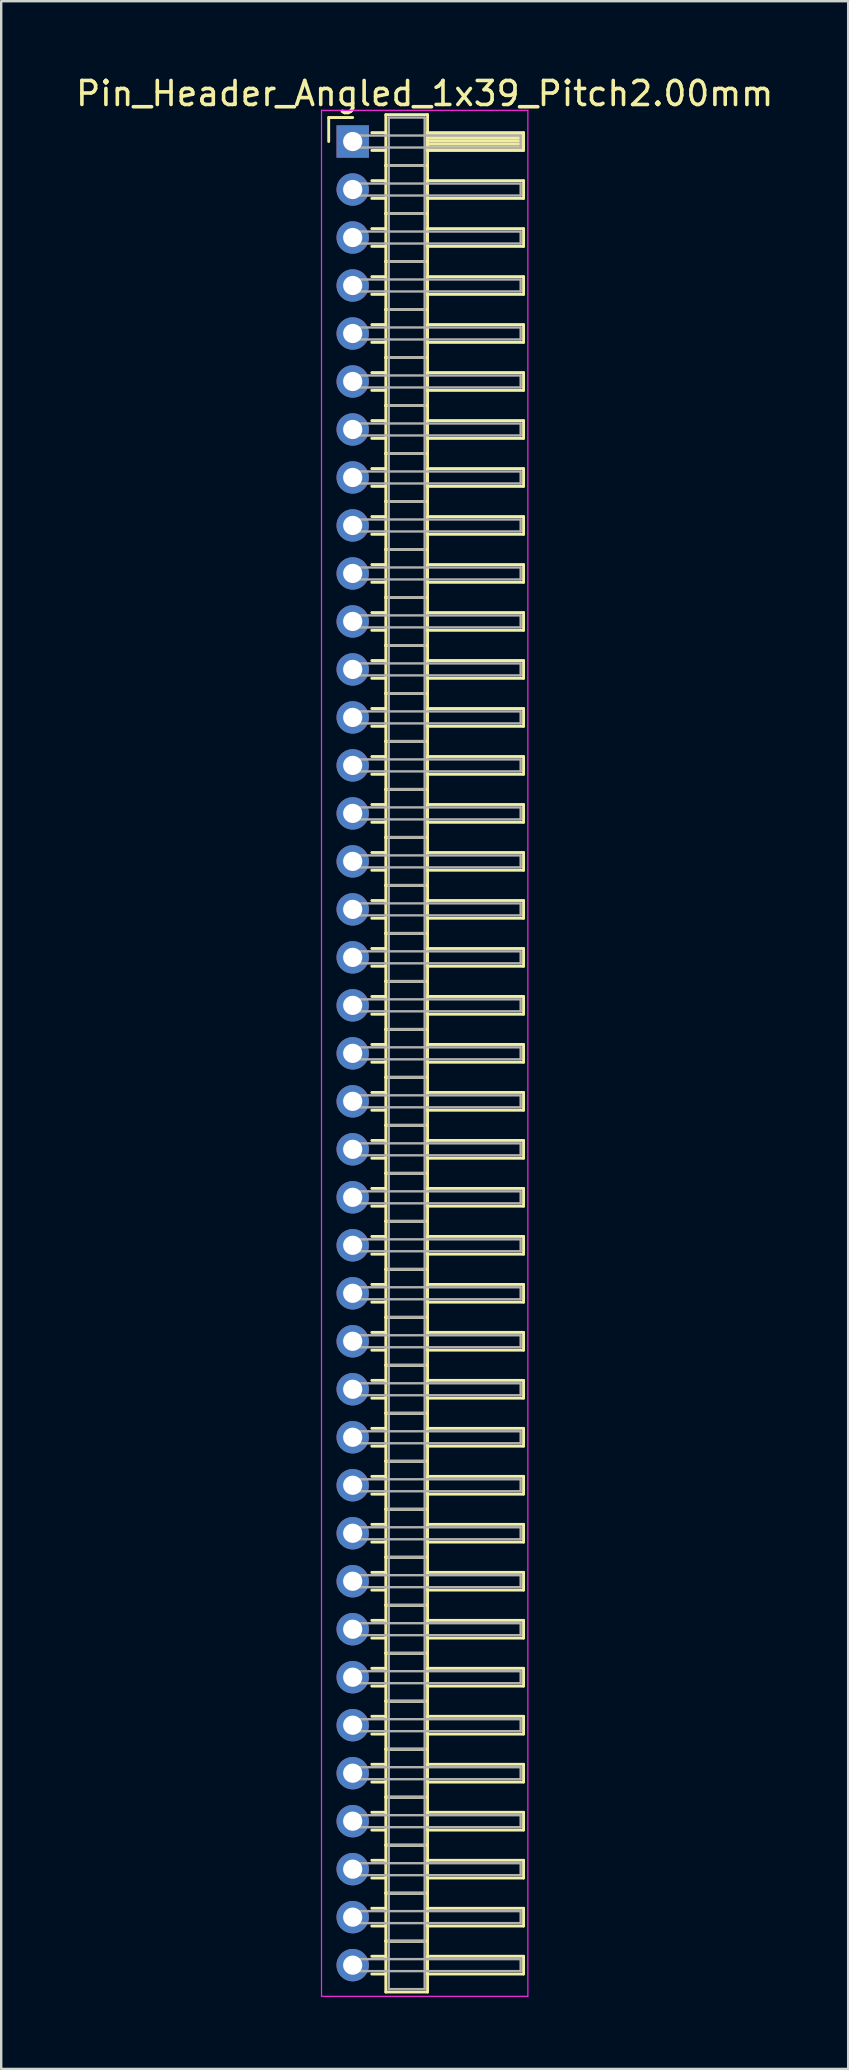
<source format=kicad_pcb>
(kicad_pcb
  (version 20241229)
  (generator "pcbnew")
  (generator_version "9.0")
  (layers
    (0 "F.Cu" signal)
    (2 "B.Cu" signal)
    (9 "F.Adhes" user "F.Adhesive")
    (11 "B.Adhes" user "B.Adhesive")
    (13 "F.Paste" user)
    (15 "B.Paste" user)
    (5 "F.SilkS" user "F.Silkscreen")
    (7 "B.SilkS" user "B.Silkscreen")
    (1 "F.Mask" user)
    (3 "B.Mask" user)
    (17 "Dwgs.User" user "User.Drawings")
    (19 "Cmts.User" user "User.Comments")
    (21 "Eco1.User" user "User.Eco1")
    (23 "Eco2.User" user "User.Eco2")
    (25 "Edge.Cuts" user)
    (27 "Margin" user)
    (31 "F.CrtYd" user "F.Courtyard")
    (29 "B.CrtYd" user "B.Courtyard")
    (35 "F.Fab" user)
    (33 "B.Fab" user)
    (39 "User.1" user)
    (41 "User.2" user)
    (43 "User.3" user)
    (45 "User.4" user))
  (footprint "Pin_Header_Angled_1x39_Pitch2.00mm"
    (layer "F.Cu")
    (at 11.649 2.848)
    (property "Reference" "Pin_Header_Angled_1x39_Pitch2.00mm" (at 3 -2 0) (layer "F.SilkS") (effects (font (size 1 1) (thickness 0.15))))
    (attr through_hole)
    (fp_line (start -1 -1) (end 0 -1) (stroke (width 0.12) (type solid)) (layer "F.SilkS"))
    (fp_line (start -1 0) (end -1 -1) (stroke (width 0.12) (type solid)) (layer "F.SilkS"))
    (fp_line (start 0.795 -0.37) (end 1.38 -0.37) (stroke (width 0.12) (type solid)) (layer "F.SilkS"))
    (fp_line (start 0.795 0.37) (end 1.38 0.37) (stroke (width 0.12) (type solid)) (layer "F.SilkS"))
    (fp_line (start 0.795 1.63) (end 1.38 1.63) (stroke (width 0.12) (type solid)) (layer "F.SilkS"))
    (fp_line (start 0.795 2.37) (end 1.38 2.37) (stroke (width 0.12) (type solid)) (layer "F.SilkS"))
    (fp_line (start 0.795 3.63) (end 1.38 3.63) (stroke (width 0.12) (type solid)) (layer "F.SilkS"))
    (fp_line (start 0.795 4.37) (end 1.38 4.37) (stroke (width 0.12) (type solid)) (layer "F.SilkS"))
    (fp_line (start 0.795 5.63) (end 1.38 5.63) (stroke (width 0.12) (type solid)) (layer "F.SilkS"))
    (fp_line (start 0.795 6.37) (end 1.38 6.37) (stroke (width 0.12) (type solid)) (layer "F.SilkS"))
    (fp_line (start 0.795 7.63) (end 1.38 7.63) (stroke (width 0.12) (type solid)) (layer "F.SilkS"))
    (fp_line (start 0.795 8.37) (end 1.38 8.37) (stroke (width 0.12) (type solid)) (layer "F.SilkS"))
    (fp_line (start 0.795 9.63) (end 1.38 9.63) (stroke (width 0.12) (type solid)) (layer "F.SilkS"))
    (fp_line (start 0.795 10.37) (end 1.38 10.37) (stroke (width 0.12) (type solid)) (layer "F.SilkS"))
    (fp_line (start 0.795 11.63) (end 1.38 11.63) (stroke (width 0.12) (type solid)) (layer "F.SilkS"))
    (fp_line (start 0.795 12.37) (end 1.38 12.37) (stroke (width 0.12) (type solid)) (layer "F.SilkS"))
    (fp_line (start 0.795 13.63) (end 1.38 13.63) (stroke (width 0.12) (type solid)) (layer "F.SilkS"))
    (fp_line (start 0.795 14.37) (end 1.38 14.37) (stroke (width 0.12) (type solid)) (layer "F.SilkS"))
    (fp_line (start 0.795 15.63) (end 1.38 15.63) (stroke (width 0.12) (type solid)) (layer "F.SilkS"))
    (fp_line (start 0.795 16.37) (end 1.38 16.37) (stroke (width 0.12) (type solid)) (layer "F.SilkS"))
    (fp_line (start 0.795 17.63) (end 1.38 17.63) (stroke (width 0.12) (type solid)) (layer "F.SilkS"))
    (fp_line (start 0.795 18.37) (end 1.38 18.37) (stroke (width 0.12) (type solid)) (layer "F.SilkS"))
    (fp_line (start 0.795 19.63) (end 1.38 19.63) (stroke (width 0.12) (type solid)) (layer "F.SilkS"))
    (fp_line (start 0.795 20.37) (end 1.38 20.37) (stroke (width 0.12) (type solid)) (layer "F.SilkS"))
    (fp_line (start 0.795 21.63) (end 1.38 21.63) (stroke (width 0.12) (type solid)) (layer "F.SilkS"))
    (fp_line (start 0.795 22.37) (end 1.38 22.37) (stroke (width 0.12) (type solid)) (layer "F.SilkS"))
    (fp_line (start 0.795 23.63) (end 1.38 23.63) (stroke (width 0.12) (type solid)) (layer "F.SilkS"))
    (fp_line (start 0.795 24.37) (end 1.38 24.37) (stroke (width 0.12) (type solid)) (layer "F.SilkS"))
    (fp_line (start 0.795 25.63) (end 1.38 25.63) (stroke (width 0.12) (type solid)) (layer "F.SilkS"))
    (fp_line (start 0.795 26.37) (end 1.38 26.37) (stroke (width 0.12) (type solid)) (layer "F.SilkS"))
    (fp_line (start 0.795 27.63) (end 1.38 27.63) (stroke (width 0.12) (type solid)) (layer "F.SilkS"))
    (fp_line (start 0.795 28.37) (end 1.38 28.37) (stroke (width 0.12) (type solid)) (layer "F.SilkS"))
    (fp_line (start 0.795 29.63) (end 1.38 29.63) (stroke (width 0.12) (type solid)) (layer "F.SilkS"))
    (fp_line (start 0.795 30.37) (end 1.38 30.37) (stroke (width 0.12) (type solid)) (layer "F.SilkS"))
    (fp_line (start 0.795 31.63) (end 1.38 31.63) (stroke (width 0.12) (type solid)) (layer "F.SilkS"))
    (fp_line (start 0.795 32.37) (end 1.38 32.37) (stroke (width 0.12) (type solid)) (layer "F.SilkS"))
    (fp_line (start 0.795 33.63) (end 1.38 33.63) (stroke (width 0.12) (type solid)) (layer "F.SilkS"))
    (fp_line (start 0.795 34.37) (end 1.38 34.37) (stroke (width 0.12) (type solid)) (layer "F.SilkS"))
    (fp_line (start 0.795 35.63) (end 1.38 35.63) (stroke (width 0.12) (type solid)) (layer "F.SilkS"))
    (fp_line (start 0.795 36.37) (end 1.38 36.37) (stroke (width 0.12) (type solid)) (layer "F.SilkS"))
    (fp_line (start 0.795 37.63) (end 1.38 37.63) (stroke (width 0.12) (type solid)) (layer "F.SilkS"))
    (fp_line (start 0.795 38.37) (end 1.38 38.37) (stroke (width 0.12) (type solid)) (layer "F.SilkS"))
    (fp_line (start 0.795 39.63) (end 1.38 39.63) (stroke (width 0.12) (type solid)) (layer "F.SilkS"))
    (fp_line (start 0.795 40.37) (end 1.38 40.37) (stroke (width 0.12) (type solid)) (layer "F.SilkS"))
    (fp_line (start 0.795 41.63) (end 1.38 41.63) (stroke (width 0.12) (type solid)) (layer "F.SilkS"))
    (fp_line (start 0.795 42.37) (end 1.38 42.37) (stroke (width 0.12) (type solid)) (layer "F.SilkS"))
    (fp_line (start 0.795 43.63) (end 1.38 43.63) (stroke (width 0.12) (type solid)) (layer "F.SilkS"))
    (fp_line (start 0.795 44.37) (end 1.38 44.37) (stroke (width 0.12) (type solid)) (layer "F.SilkS"))
    (fp_line (start 0.795 45.63) (end 1.38 45.63) (stroke (width 0.12) (type solid)) (layer "F.SilkS"))
    (fp_line (start 0.795 46.37) (end 1.38 46.37) (stroke (width 0.12) (type solid)) (layer "F.SilkS"))
    (fp_line (start 0.795 47.63) (end 1.38 47.63) (stroke (width 0.12) (type solid)) (layer "F.SilkS"))
    (fp_line (start 0.795 48.37) (end 1.38 48.37) (stroke (width 0.12) (type solid)) (layer "F.SilkS"))
    (fp_line (start 0.795 49.63) (end 1.38 49.63) (stroke (width 0.12) (type solid)) (layer "F.SilkS"))
    (fp_line (start 0.795 50.37) (end 1.38 50.37) (stroke (width 0.12) (type solid)) (layer "F.SilkS"))
    (fp_line (start 0.795 51.63) (end 1.38 51.63) (stroke (width 0.12) (type solid)) (layer "F.SilkS"))
    (fp_line (start 0.795 52.37) (end 1.38 52.37) (stroke (width 0.12) (type solid)) (layer "F.SilkS"))
    (fp_line (start 0.795 53.63) (end 1.38 53.63) (stroke (width 0.12) (type solid)) (layer "F.SilkS"))
    (fp_line (start 0.795 54.37) (end 1.38 54.37) (stroke (width 0.12) (type solid)) (layer "F.SilkS"))
    (fp_line (start 0.795 55.63) (end 1.38 55.63) (stroke (width 0.12) (type solid)) (layer "F.SilkS"))
    (fp_line (start 0.795 56.37) (end 1.38 56.37) (stroke (width 0.12) (type solid)) (layer "F.SilkS"))
    (fp_line (start 0.795 57.63) (end 1.38 57.63) (stroke (width 0.12) (type solid)) (layer "F.SilkS"))
    (fp_line (start 0.795 58.37) (end 1.38 58.37) (stroke (width 0.12) (type solid)) (layer "F.SilkS"))
    (fp_line (start 0.795 59.63) (end 1.38 59.63) (stroke (width 0.12) (type solid)) (layer "F.SilkS"))
    (fp_line (start 0.795 60.37) (end 1.38 60.37) (stroke (width 0.12) (type solid)) (layer "F.SilkS"))
    (fp_line (start 0.795 61.63) (end 1.38 61.63) (stroke (width 0.12) (type solid)) (layer "F.SilkS"))
    (fp_line (start 0.795 62.37) (end 1.38 62.37) (stroke (width 0.12) (type solid)) (layer "F.SilkS"))
    (fp_line (start 0.795 63.63) (end 1.38 63.63) (stroke (width 0.12) (type solid)) (layer "F.SilkS"))
    (fp_line (start 0.795 64.37) (end 1.38 64.37) (stroke (width 0.12) (type solid)) (layer "F.SilkS"))
    (fp_line (start 0.795 65.63) (end 1.38 65.63) (stroke (width 0.12) (type solid)) (layer "F.SilkS"))
    (fp_line (start 0.795 66.37) (end 1.38 66.37) (stroke (width 0.12) (type solid)) (layer "F.SilkS"))
    (fp_line (start 0.795 67.63) (end 1.38 67.63) (stroke (width 0.12) (type solid)) (layer "F.SilkS"))
    (fp_line (start 0.795 68.37) (end 1.38 68.37) (stroke (width 0.12) (type solid)) (layer "F.SilkS"))
    (fp_line (start 0.795 69.63) (end 1.38 69.63) (stroke (width 0.12) (type solid)) (layer "F.SilkS"))
    (fp_line (start 0.795 70.37) (end 1.38 70.37) (stroke (width 0.12) (type solid)) (layer "F.SilkS"))
    (fp_line (start 0.795 71.63) (end 1.38 71.63) (stroke (width 0.12) (type solid)) (layer "F.SilkS"))
    (fp_line (start 0.795 72.37) (end 1.38 72.37) (stroke (width 0.12) (type solid)) (layer "F.SilkS"))
    (fp_line (start 0.795 73.63) (end 1.38 73.63) (stroke (width 0.12) (type solid)) (layer "F.SilkS"))
    (fp_line (start 0.795 74.37) (end 1.38 74.37) (stroke (width 0.12) (type solid)) (layer "F.SilkS"))
    (fp_line (start 0.795 75.63) (end 1.38 75.63) (stroke (width 0.12) (type solid)) (layer "F.SilkS"))
    (fp_line (start 0.795 76.37) (end 1.38 76.37) (stroke (width 0.12) (type solid)) (layer "F.SilkS"))
    (fp_line (start 1.38 -1.12) (end 1.38 1) (stroke (width 0.12) (type solid)) (layer "F.SilkS"))
    (fp_line (start 1.38 1) (end 1.38 3) (stroke (width 0.12) (type solid)) (layer "F.SilkS"))
    (fp_line (start 1.38 1) (end 3.12 1) (stroke (width 0.12) (type solid)) (layer "F.SilkS"))
    (fp_line (start 1.38 3) (end 1.38 5) (stroke (width 0.12) (type solid)) (layer "F.SilkS"))
    (fp_line (start 1.38 3) (end 3.12 3) (stroke (width 0.12) (type solid)) (layer "F.SilkS"))
    (fp_line (start 1.38 5) (end 1.38 7) (stroke (width 0.12) (type solid)) (layer "F.SilkS"))
    (fp_line (start 1.38 5) (end 3.12 5) (stroke (width 0.12) (type solid)) (layer "F.SilkS"))
    (fp_line (start 1.38 7) (end 1.38 9) (stroke (width 0.12) (type solid)) (layer "F.SilkS"))
    (fp_line (start 1.38 7) (end 3.12 7) (stroke (width 0.12) (type solid)) (layer "F.SilkS"))
    (fp_line (start 1.38 9) (end 1.38 11) (stroke (width 0.12) (type solid)) (layer "F.SilkS"))
    (fp_line (start 1.38 9) (end 3.12 9) (stroke (width 0.12) (type solid)) (layer "F.SilkS"))
    (fp_line (start 1.38 11) (end 1.38 13) (stroke (width 0.12) (type solid)) (layer "F.SilkS"))
    (fp_line (start 1.38 11) (end 3.12 11) (stroke (width 0.12) (type solid)) (layer "F.SilkS"))
    (fp_line (start 1.38 13) (end 1.38 15) (stroke (width 0.12) (type solid)) (layer "F.SilkS"))
    (fp_line (start 1.38 13) (end 3.12 13) (stroke (width 0.12) (type solid)) (layer "F.SilkS"))
    (fp_line (start 1.38 15) (end 1.38 17) (stroke (width 0.12) (type solid)) (layer "F.SilkS"))
    (fp_line (start 1.38 15) (end 3.12 15) (stroke (width 0.12) (type solid)) (layer "F.SilkS"))
    (fp_line (start 1.38 17) (end 1.38 19) (stroke (width 0.12) (type solid)) (layer "F.SilkS"))
    (fp_line (start 1.38 17) (end 3.12 17) (stroke (width 0.12) (type solid)) (layer "F.SilkS"))
    (fp_line (start 1.38 19) (end 1.38 21) (stroke (width 0.12) (type solid)) (layer "F.SilkS"))
    (fp_line (start 1.38 19) (end 3.12 19) (stroke (width 0.12) (type solid)) (layer "F.SilkS"))
    (fp_line (start 1.38 21) (end 1.38 23) (stroke (width 0.12) (type solid)) (layer "F.SilkS"))
    (fp_line (start 1.38 21) (end 3.12 21) (stroke (width 0.12) (type solid)) (layer "F.SilkS"))
    (fp_line (start 1.38 23) (end 1.38 25) (stroke (width 0.12) (type solid)) (layer "F.SilkS"))
    (fp_line (start 1.38 23) (end 3.12 23) (stroke (width 0.12) (type solid)) (layer "F.SilkS"))
    (fp_line (start 1.38 25) (end 1.38 27) (stroke (width 0.12) (type solid)) (layer "F.SilkS"))
    (fp_line (start 1.38 25) (end 3.12 25) (stroke (width 0.12) (type solid)) (layer "F.SilkS"))
    (fp_line (start 1.38 27) (end 1.38 29) (stroke (width 0.12) (type solid)) (layer "F.SilkS"))
    (fp_line (start 1.38 27) (end 3.12 27) (stroke (width 0.12) (type solid)) (layer "F.SilkS"))
    (fp_line (start 1.38 29) (end 1.38 31) (stroke (width 0.12) (type solid)) (layer "F.SilkS"))
    (fp_line (start 1.38 29) (end 3.12 29) (stroke (width 0.12) (type solid)) (layer "F.SilkS"))
    (fp_line (start 1.38 31) (end 1.38 33) (stroke (width 0.12) (type solid)) (layer "F.SilkS"))
    (fp_line (start 1.38 31) (end 3.12 31) (stroke (width 0.12) (type solid)) (layer "F.SilkS"))
    (fp_line (start 1.38 33) (end 1.38 35) (stroke (width 0.12) (type solid)) (layer "F.SilkS"))
    (fp_line (start 1.38 33) (end 3.12 33) (stroke (width 0.12) (type solid)) (layer "F.SilkS"))
    (fp_line (start 1.38 35) (end 1.38 37) (stroke (width 0.12) (type solid)) (layer "F.SilkS"))
    (fp_line (start 1.38 35) (end 3.12 35) (stroke (width 0.12) (type solid)) (layer "F.SilkS"))
    (fp_line (start 1.38 37) (end 1.38 39) (stroke (width 0.12) (type solid)) (layer "F.SilkS"))
    (fp_line (start 1.38 37) (end 3.12 37) (stroke (width 0.12) (type solid)) (layer "F.SilkS"))
    (fp_line (start 1.38 39) (end 1.38 41) (stroke (width 0.12) (type solid)) (layer "F.SilkS"))
    (fp_line (start 1.38 39) (end 3.12 39) (stroke (width 0.12) (type solid)) (layer "F.SilkS"))
    (fp_line (start 1.38 41) (end 1.38 43) (stroke (width 0.12) (type solid)) (layer "F.SilkS"))
    (fp_line (start 1.38 41) (end 3.12 41) (stroke (width 0.12) (type solid)) (layer "F.SilkS"))
    (fp_line (start 1.38 43) (end 1.38 45) (stroke (width 0.12) (type solid)) (layer "F.SilkS"))
    (fp_line (start 1.38 43) (end 3.12 43) (stroke (width 0.12) (type solid)) (layer "F.SilkS"))
    (fp_line (start 1.38 45) (end 1.38 47) (stroke (width 0.12) (type solid)) (layer "F.SilkS"))
    (fp_line (start 1.38 45) (end 3.12 45) (stroke (width 0.12) (type solid)) (layer "F.SilkS"))
    (fp_line (start 1.38 47) (end 1.38 49) (stroke (width 0.12) (type solid)) (layer "F.SilkS"))
    (fp_line (start 1.38 47) (end 3.12 47) (stroke (width 0.12) (type solid)) (layer "F.SilkS"))
    (fp_line (start 1.38 49) (end 1.38 51) (stroke (width 0.12) (type solid)) (layer "F.SilkS"))
    (fp_line (start 1.38 49) (end 3.12 49) (stroke (width 0.12) (type solid)) (layer "F.SilkS"))
    (fp_line (start 1.38 51) (end 1.38 53) (stroke (width 0.12) (type solid)) (layer "F.SilkS"))
    (fp_line (start 1.38 51) (end 3.12 51) (stroke (width 0.12) (type solid)) (layer "F.SilkS"))
    (fp_line (start 1.38 53) (end 1.38 55) (stroke (width 0.12) (type solid)) (layer "F.SilkS"))
    (fp_line (start 1.38 53) (end 3.12 53) (stroke (width 0.12) (type solid)) (layer "F.SilkS"))
    (fp_line (start 1.38 55) (end 1.38 57) (stroke (width 0.12) (type solid)) (layer "F.SilkS"))
    (fp_line (start 1.38 55) (end 3.12 55) (stroke (width 0.12) (type solid)) (layer "F.SilkS"))
    (fp_line (start 1.38 57) (end 1.38 59) (stroke (width 0.12) (type solid)) (layer "F.SilkS"))
    (fp_line (start 1.38 57) (end 3.12 57) (stroke (width 0.12) (type solid)) (layer "F.SilkS"))
    (fp_line (start 1.38 59) (end 1.38 61) (stroke (width 0.12) (type solid)) (layer "F.SilkS"))
    (fp_line (start 1.38 59) (end 3.12 59) (stroke (width 0.12) (type solid)) (layer "F.SilkS"))
    (fp_line (start 1.38 61) (end 1.38 63) (stroke (width 0.12) (type solid)) (layer "F.SilkS"))
    (fp_line (start 1.38 61) (end 3.12 61) (stroke (width 0.12) (type solid)) (layer "F.SilkS"))
    (fp_line (start 1.38 63) (end 1.38 65) (stroke (width 0.12) (type solid)) (layer "F.SilkS"))
    (fp_line (start 1.38 63) (end 3.12 63) (stroke (width 0.12) (type solid)) (layer "F.SilkS"))
    (fp_line (start 1.38 65) (end 1.38 67) (stroke (width 0.12) (type solid)) (layer "F.SilkS"))
    (fp_line (start 1.38 65) (end 3.12 65) (stroke (width 0.12) (type solid)) (layer "F.SilkS"))
    (fp_line (start 1.38 67) (end 1.38 69) (stroke (width 0.12) (type solid)) (layer "F.SilkS"))
    (fp_line (start 1.38 67) (end 3.12 67) (stroke (width 0.12) (type solid)) (layer "F.SilkS"))
    (fp_line (start 1.38 69) (end 1.38 71) (stroke (width 0.12) (type solid)) (layer "F.SilkS"))
    (fp_line (start 1.38 69) (end 3.12 69) (stroke (width 0.12) (type solid)) (layer "F.SilkS"))
    (fp_line (start 1.38 71) (end 1.38 73) (stroke (width 0.12) (type solid)) (layer "F.SilkS"))
    (fp_line (start 1.38 71) (end 3.12 71) (stroke (width 0.12) (type solid)) (layer "F.SilkS"))
    (fp_line (start 1.38 73) (end 1.38 75) (stroke (width 0.12) (type solid)) (layer "F.SilkS"))
    (fp_line (start 1.38 73) (end 3.12 73) (stroke (width 0.12) (type solid)) (layer "F.SilkS"))
    (fp_line (start 1.38 75) (end 1.38 77.12) (stroke (width 0.12) (type solid)) (layer "F.SilkS"))
    (fp_line (start 1.38 75) (end 3.12 75) (stroke (width 0.12) (type solid)) (layer "F.SilkS"))
    (fp_line (start 1.38 77.12) (end 3.12 77.12) (stroke (width 0.12) (type solid)) (layer "F.SilkS"))
    (fp_line (start 3.12 -1.12) (end 1.38 -1.12) (stroke (width 0.12) (type solid)) (layer "F.SilkS"))
    (fp_line (start 3.12 -0.37) (end 3.12 0.37) (stroke (width 0.12) (type solid)) (layer "F.SilkS"))
    (fp_line (start 3.12 -0.25) (end 7.12 -0.25) (stroke (width 0.12) (type solid)) (layer "F.SilkS"))
    (fp_line (start 3.12 -0.13) (end 7.12 -0.13) (stroke (width 0.12) (type solid)) (layer "F.SilkS"))
    (fp_line (start 3.12 -0.01) (end 7.12 -0.01) (stroke (width 0.12) (type solid)) (layer "F.SilkS"))
    (fp_line (start 3.12 0.11) (end 7.12 0.11) (stroke (width 0.12) (type solid)) (layer "F.SilkS"))
    (fp_line (start 3.12 0.23) (end 7.12 0.23) (stroke (width 0.12) (type solid)) (layer "F.SilkS"))
    (fp_line (start 3.12 0.35) (end 7.12 0.35) (stroke (width 0.12) (type solid)) (layer "F.SilkS"))
    (fp_line (start 3.12 0.37) (end 7.12 0.37) (stroke (width 0.12) (type solid)) (layer "F.SilkS"))
    (fp_line (start 3.12 1) (end 1.38 1) (stroke (width 0.12) (type solid)) (layer "F.SilkS"))
    (fp_line (start 3.12 1) (end 3.12 -1.12) (stroke (width 0.12) (type solid)) (layer "F.SilkS"))
    (fp_line (start 3.12 1.63) (end 3.12 2.37) (stroke (width 0.12) (type solid)) (layer "F.SilkS"))
    (fp_line (start 3.12 2.37) (end 7.12 2.37) (stroke (width 0.12) (type solid)) (layer "F.SilkS"))
    (fp_line (start 3.12 3) (end 1.38 3) (stroke (width 0.12) (type solid)) (layer "F.SilkS"))
    (fp_line (start 3.12 3) (end 3.12 1) (stroke (width 0.12) (type solid)) (layer "F.SilkS"))
    (fp_line (start 3.12 3.63) (end 3.12 4.37) (stroke (width 0.12) (type solid)) (layer "F.SilkS"))
    (fp_line (start 3.12 4.37) (end 7.12 4.37) (stroke (width 0.12) (type solid)) (layer "F.SilkS"))
    (fp_line (start 3.12 5) (end 1.38 5) (stroke (width 0.12) (type solid)) (layer "F.SilkS"))
    (fp_line (start 3.12 5) (end 3.12 3) (stroke (width 0.12) (type solid)) (layer "F.SilkS"))
    (fp_line (start 3.12 5.63) (end 3.12 6.37) (stroke (width 0.12) (type solid)) (layer "F.SilkS"))
    (fp_line (start 3.12 6.37) (end 7.12 6.37) (stroke (width 0.12) (type solid)) (layer "F.SilkS"))
    (fp_line (start 3.12 7) (end 1.38 7) (stroke (width 0.12) (type solid)) (layer "F.SilkS"))
    (fp_line (start 3.12 7) (end 3.12 5) (stroke (width 0.12) (type solid)) (layer "F.SilkS"))
    (fp_line (start 3.12 7.63) (end 3.12 8.37) (stroke (width 0.12) (type solid)) (layer "F.SilkS"))
    (fp_line (start 3.12 8.37) (end 7.12 8.37) (stroke (width 0.12) (type solid)) (layer "F.SilkS"))
    (fp_line (start 3.12 9) (end 1.38 9) (stroke (width 0.12) (type solid)) (layer "F.SilkS"))
    (fp_line (start 3.12 9) (end 3.12 7) (stroke (width 0.12) (type solid)) (layer "F.SilkS"))
    (fp_line (start 3.12 9.63) (end 3.12 10.37) (stroke (width 0.12) (type solid)) (layer "F.SilkS"))
    (fp_line (start 3.12 10.37) (end 7.12 10.37) (stroke (width 0.12) (type solid)) (layer "F.SilkS"))
    (fp_line (start 3.12 11) (end 1.38 11) (stroke (width 0.12) (type solid)) (layer "F.SilkS"))
    (fp_line (start 3.12 11) (end 3.12 9) (stroke (width 0.12) (type solid)) (layer "F.SilkS"))
    (fp_line (start 3.12 11.63) (end 3.12 12.37) (stroke (width 0.12) (type solid)) (layer "F.SilkS"))
    (fp_line (start 3.12 12.37) (end 7.12 12.37) (stroke (width 0.12) (type solid)) (layer "F.SilkS"))
    (fp_line (start 3.12 13) (end 1.38 13) (stroke (width 0.12) (type solid)) (layer "F.SilkS"))
    (fp_line (start 3.12 13) (end 3.12 11) (stroke (width 0.12) (type solid)) (layer "F.SilkS"))
    (fp_line (start 3.12 13.63) (end 3.12 14.37) (stroke (width 0.12) (type solid)) (layer "F.SilkS"))
    (fp_line (start 3.12 14.37) (end 7.12 14.37) (stroke (width 0.12) (type solid)) (layer "F.SilkS"))
    (fp_line (start 3.12 15) (end 1.38 15) (stroke (width 0.12) (type solid)) (layer "F.SilkS"))
    (fp_line (start 3.12 15) (end 3.12 13) (stroke (width 0.12) (type solid)) (layer "F.SilkS"))
    (fp_line (start 3.12 15.63) (end 3.12 16.37) (stroke (width 0.12) (type solid)) (layer "F.SilkS"))
    (fp_line (start 3.12 16.37) (end 7.12 16.37) (stroke (width 0.12) (type solid)) (layer "F.SilkS"))
    (fp_line (start 3.12 17) (end 1.38 17) (stroke (width 0.12) (type solid)) (layer "F.SilkS"))
    (fp_line (start 3.12 17) (end 3.12 15) (stroke (width 0.12) (type solid)) (layer "F.SilkS"))
    (fp_line (start 3.12 17.63) (end 3.12 18.37) (stroke (width 0.12) (type solid)) (layer "F.SilkS"))
    (fp_line (start 3.12 18.37) (end 7.12 18.37) (stroke (width 0.12) (type solid)) (layer "F.SilkS"))
    (fp_line (start 3.12 19) (end 1.38 19) (stroke (width 0.12) (type solid)) (layer "F.SilkS"))
    (fp_line (start 3.12 19) (end 3.12 17) (stroke (width 0.12) (type solid)) (layer "F.SilkS"))
    (fp_line (start 3.12 19.63) (end 3.12 20.37) (stroke (width 0.12) (type solid)) (layer "F.SilkS"))
    (fp_line (start 3.12 20.37) (end 7.12 20.37) (stroke (width 0.12) (type solid)) (layer "F.SilkS"))
    (fp_line (start 3.12 21) (end 1.38 21) (stroke (width 0.12) (type solid)) (layer "F.SilkS"))
    (fp_line (start 3.12 21) (end 3.12 19) (stroke (width 0.12) (type solid)) (layer "F.SilkS"))
    (fp_line (start 3.12 21.63) (end 3.12 22.37) (stroke (width 0.12) (type solid)) (layer "F.SilkS"))
    (fp_line (start 3.12 22.37) (end 7.12 22.37) (stroke (width 0.12) (type solid)) (layer "F.SilkS"))
    (fp_line (start 3.12 23) (end 1.38 23) (stroke (width 0.12) (type solid)) (layer "F.SilkS"))
    (fp_line (start 3.12 23) (end 3.12 21) (stroke (width 0.12) (type solid)) (layer "F.SilkS"))
    (fp_line (start 3.12 23.63) (end 3.12 24.37) (stroke (width 0.12) (type solid)) (layer "F.SilkS"))
    (fp_line (start 3.12 24.37) (end 7.12 24.37) (stroke (width 0.12) (type solid)) (layer "F.SilkS"))
    (fp_line (start 3.12 25) (end 1.38 25) (stroke (width 0.12) (type solid)) (layer "F.SilkS"))
    (fp_line (start 3.12 25) (end 3.12 23) (stroke (width 0.12) (type solid)) (layer "F.SilkS"))
    (fp_line (start 3.12 25.63) (end 3.12 26.37) (stroke (width 0.12) (type solid)) (layer "F.SilkS"))
    (fp_line (start 3.12 26.37) (end 7.12 26.37) (stroke (width 0.12) (type solid)) (layer "F.SilkS"))
    (fp_line (start 3.12 27) (end 1.38 27) (stroke (width 0.12) (type solid)) (layer "F.SilkS"))
    (fp_line (start 3.12 27) (end 3.12 25) (stroke (width 0.12) (type solid)) (layer "F.SilkS"))
    (fp_line (start 3.12 27.63) (end 3.12 28.37) (stroke (width 0.12) (type solid)) (layer "F.SilkS"))
    (fp_line (start 3.12 28.37) (end 7.12 28.37) (stroke (width 0.12) (type solid)) (layer "F.SilkS"))
    (fp_line (start 3.12 29) (end 1.38 29) (stroke (width 0.12) (type solid)) (layer "F.SilkS"))
    (fp_line (start 3.12 29) (end 3.12 27) (stroke (width 0.12) (type solid)) (layer "F.SilkS"))
    (fp_line (start 3.12 29.63) (end 3.12 30.37) (stroke (width 0.12) (type solid)) (layer "F.SilkS"))
    (fp_line (start 3.12 30.37) (end 7.12 30.37) (stroke (width 0.12) (type solid)) (layer "F.SilkS"))
    (fp_line (start 3.12 31) (end 1.38 31) (stroke (width 0.12) (type solid)) (layer "F.SilkS"))
    (fp_line (start 3.12 31) (end 3.12 29) (stroke (width 0.12) (type solid)) (layer "F.SilkS"))
    (fp_line (start 3.12 31.63) (end 3.12 32.37) (stroke (width 0.12) (type solid)) (layer "F.SilkS"))
    (fp_line (start 3.12 32.37) (end 7.12 32.37) (stroke (width 0.12) (type solid)) (layer "F.SilkS"))
    (fp_line (start 3.12 33) (end 1.38 33) (stroke (width 0.12) (type solid)) (layer "F.SilkS"))
    (fp_line (start 3.12 33) (end 3.12 31) (stroke (width 0.12) (type solid)) (layer "F.SilkS"))
    (fp_line (start 3.12 33.63) (end 3.12 34.37) (stroke (width 0.12) (type solid)) (layer "F.SilkS"))
    (fp_line (start 3.12 34.37) (end 7.12 34.37) (stroke (width 0.12) (type solid)) (layer "F.SilkS"))
    (fp_line (start 3.12 35) (end 1.38 35) (stroke (width 0.12) (type solid)) (layer "F.SilkS"))
    (fp_line (start 3.12 35) (end 3.12 33) (stroke (width 0.12) (type solid)) (layer "F.SilkS"))
    (fp_line (start 3.12 35.63) (end 3.12 36.37) (stroke (width 0.12) (type solid)) (layer "F.SilkS"))
    (fp_line (start 3.12 36.37) (end 7.12 36.37) (stroke (width 0.12) (type solid)) (layer "F.SilkS"))
    (fp_line (start 3.12 37) (end 1.38 37) (stroke (width 0.12) (type solid)) (layer "F.SilkS"))
    (fp_line (start 3.12 37) (end 3.12 35) (stroke (width 0.12) (type solid)) (layer "F.SilkS"))
    (fp_line (start 3.12 37.63) (end 3.12 38.37) (stroke (width 0.12) (type solid)) (layer "F.SilkS"))
    (fp_line (start 3.12 38.37) (end 7.12 38.37) (stroke (width 0.12) (type solid)) (layer "F.SilkS"))
    (fp_line (start 3.12 39) (end 1.38 39) (stroke (width 0.12) (type solid)) (layer "F.SilkS"))
    (fp_line (start 3.12 39) (end 3.12 37) (stroke (width 0.12) (type solid)) (layer "F.SilkS"))
    (fp_line (start 3.12 39.63) (end 3.12 40.37) (stroke (width 0.12) (type solid)) (layer "F.SilkS"))
    (fp_line (start 3.12 40.37) (end 7.12 40.37) (stroke (width 0.12) (type solid)) (layer "F.SilkS"))
    (fp_line (start 3.12 41) (end 1.38 41) (stroke (width 0.12) (type solid)) (layer "F.SilkS"))
    (fp_line (start 3.12 41) (end 3.12 39) (stroke (width 0.12) (type solid)) (layer "F.SilkS"))
    (fp_line (start 3.12 41.63) (end 3.12 42.37) (stroke (width 0.12) (type solid)) (layer "F.SilkS"))
    (fp_line (start 3.12 42.37) (end 7.12 42.37) (stroke (width 0.12) (type solid)) (layer "F.SilkS"))
    (fp_line (start 3.12 43) (end 1.38 43) (stroke (width 0.12) (type solid)) (layer "F.SilkS"))
    (fp_line (start 3.12 43) (end 3.12 41) (stroke (width 0.12) (type solid)) (layer "F.SilkS"))
    (fp_line (start 3.12 43.63) (end 3.12 44.37) (stroke (width 0.12) (type solid)) (layer "F.SilkS"))
    (fp_line (start 3.12 44.37) (end 7.12 44.37) (stroke (width 0.12) (type solid)) (layer "F.SilkS"))
    (fp_line (start 3.12 45) (end 1.38 45) (stroke (width 0.12) (type solid)) (layer "F.SilkS"))
    (fp_line (start 3.12 45) (end 3.12 43) (stroke (width 0.12) (type solid)) (layer "F.SilkS"))
    (fp_line (start 3.12 45.63) (end 3.12 46.37) (stroke (width 0.12) (type solid)) (layer "F.SilkS"))
    (fp_line (start 3.12 46.37) (end 7.12 46.37) (stroke (width 0.12) (type solid)) (layer "F.SilkS"))
    (fp_line (start 3.12 47) (end 1.38 47) (stroke (width 0.12) (type solid)) (layer "F.SilkS"))
    (fp_line (start 3.12 47) (end 3.12 45) (stroke (width 0.12) (type solid)) (layer "F.SilkS"))
    (fp_line (start 3.12 47.63) (end 3.12 48.37) (stroke (width 0.12) (type solid)) (layer "F.SilkS"))
    (fp_line (start 3.12 48.37) (end 7.12 48.37) (stroke (width 0.12) (type solid)) (layer "F.SilkS"))
    (fp_line (start 3.12 49) (end 1.38 49) (stroke (width 0.12) (type solid)) (layer "F.SilkS"))
    (fp_line (start 3.12 49) (end 3.12 47) (stroke (width 0.12) (type solid)) (layer "F.SilkS"))
    (fp_line (start 3.12 49.63) (end 3.12 50.37) (stroke (width 0.12) (type solid)) (layer "F.SilkS"))
    (fp_line (start 3.12 50.37) (end 7.12 50.37) (stroke (width 0.12) (type solid)) (layer "F.SilkS"))
    (fp_line (start 3.12 51) (end 1.38 51) (stroke (width 0.12) (type solid)) (layer "F.SilkS"))
    (fp_line (start 3.12 51) (end 3.12 49) (stroke (width 0.12) (type solid)) (layer "F.SilkS"))
    (fp_line (start 3.12 51.63) (end 3.12 52.37) (stroke (width 0.12) (type solid)) (layer "F.SilkS"))
    (fp_line (start 3.12 52.37) (end 7.12 52.37) (stroke (width 0.12) (type solid)) (layer "F.SilkS"))
    (fp_line (start 3.12 53) (end 1.38 53) (stroke (width 0.12) (type solid)) (layer "F.SilkS"))
    (fp_line (start 3.12 53) (end 3.12 51) (stroke (width 0.12) (type solid)) (layer "F.SilkS"))
    (fp_line (start 3.12 53.63) (end 3.12 54.37) (stroke (width 0.12) (type solid)) (layer "F.SilkS"))
    (fp_line (start 3.12 54.37) (end 7.12 54.37) (stroke (width 0.12) (type solid)) (layer "F.SilkS"))
    (fp_line (start 3.12 55) (end 1.38 55) (stroke (width 0.12) (type solid)) (layer "F.SilkS"))
    (fp_line (start 3.12 55) (end 3.12 53) (stroke (width 0.12) (type solid)) (layer "F.SilkS"))
    (fp_line (start 3.12 55.63) (end 3.12 56.37) (stroke (width 0.12) (type solid)) (layer "F.SilkS"))
    (fp_line (start 3.12 56.37) (end 7.12 56.37) (stroke (width 0.12) (type solid)) (layer "F.SilkS"))
    (fp_line (start 3.12 57) (end 1.38 57) (stroke (width 0.12) (type solid)) (layer "F.SilkS"))
    (fp_line (start 3.12 57) (end 3.12 55) (stroke (width 0.12) (type solid)) (layer "F.SilkS"))
    (fp_line (start 3.12 57.63) (end 3.12 58.37) (stroke (width 0.12) (type solid)) (layer "F.SilkS"))
    (fp_line (start 3.12 58.37) (end 7.12 58.37) (stroke (width 0.12) (type solid)) (layer "F.SilkS"))
    (fp_line (start 3.12 59) (end 1.38 59) (stroke (width 0.12) (type solid)) (layer "F.SilkS"))
    (fp_line (start 3.12 59) (end 3.12 57) (stroke (width 0.12) (type solid)) (layer "F.SilkS"))
    (fp_line (start 3.12 59.63) (end 3.12 60.37) (stroke (width 0.12) (type solid)) (layer "F.SilkS"))
    (fp_line (start 3.12 60.37) (end 7.12 60.37) (stroke (width 0.12) (type solid)) (layer "F.SilkS"))
    (fp_line (start 3.12 61) (end 1.38 61) (stroke (width 0.12) (type solid)) (layer "F.SilkS"))
    (fp_line (start 3.12 61) (end 3.12 59) (stroke (width 0.12) (type solid)) (layer "F.SilkS"))
    (fp_line (start 3.12 61.63) (end 3.12 62.37) (stroke (width 0.12) (type solid)) (layer "F.SilkS"))
    (fp_line (start 3.12 62.37) (end 7.12 62.37) (stroke (width 0.12) (type solid)) (layer "F.SilkS"))
    (fp_line (start 3.12 63) (end 1.38 63) (stroke (width 0.12) (type solid)) (layer "F.SilkS"))
    (fp_line (start 3.12 63) (end 3.12 61) (stroke (width 0.12) (type solid)) (layer "F.SilkS"))
    (fp_line (start 3.12 63.63) (end 3.12 64.37) (stroke (width 0.12) (type solid)) (layer "F.SilkS"))
    (fp_line (start 3.12 64.37) (end 7.12 64.37) (stroke (width 0.12) (type solid)) (layer "F.SilkS"))
    (fp_line (start 3.12 65) (end 1.38 65) (stroke (width 0.12) (type solid)) (layer "F.SilkS"))
    (fp_line (start 3.12 65) (end 3.12 63) (stroke (width 0.12) (type solid)) (layer "F.SilkS"))
    (fp_line (start 3.12 65.63) (end 3.12 66.37) (stroke (width 0.12) (type solid)) (layer "F.SilkS"))
    (fp_line (start 3.12 66.37) (end 7.12 66.37) (stroke (width 0.12) (type solid)) (layer "F.SilkS"))
    (fp_line (start 3.12 67) (end 1.38 67) (stroke (width 0.12) (type solid)) (layer "F.SilkS"))
    (fp_line (start 3.12 67) (end 3.12 65) (stroke (width 0.12) (type solid)) (layer "F.SilkS"))
    (fp_line (start 3.12 67.63) (end 3.12 68.37) (stroke (width 0.12) (type solid)) (layer "F.SilkS"))
    (fp_line (start 3.12 68.37) (end 7.12 68.37) (stroke (width 0.12) (type solid)) (layer "F.SilkS"))
    (fp_line (start 3.12 69) (end 1.38 69) (stroke (width 0.12) (type solid)) (layer "F.SilkS"))
    (fp_line (start 3.12 69) (end 3.12 67) (stroke (width 0.12) (type solid)) (layer "F.SilkS"))
    (fp_line (start 3.12 69.63) (end 3.12 70.37) (stroke (width 0.12) (type solid)) (layer "F.SilkS"))
    (fp_line (start 3.12 70.37) (end 7.12 70.37) (stroke (width 0.12) (type solid)) (layer "F.SilkS"))
    (fp_line (start 3.12 71) (end 1.38 71) (stroke (width 0.12) (type solid)) (layer "F.SilkS"))
    (fp_line (start 3.12 71) (end 3.12 69) (stroke (width 0.12) (type solid)) (layer "F.SilkS"))
    (fp_line (start 3.12 71.63) (end 3.12 72.37) (stroke (width 0.12) (type solid)) (layer "F.SilkS"))
    (fp_line (start 3.12 72.37) (end 7.12 72.37) (stroke (width 0.12) (type solid)) (layer "F.SilkS"))
    (fp_line (start 3.12 73) (end 1.38 73) (stroke (width 0.12) (type solid)) (layer "F.SilkS"))
    (fp_line (start 3.12 73) (end 3.12 71) (stroke (width 0.12) (type solid)) (layer "F.SilkS"))
    (fp_line (start 3.12 73.63) (end 3.12 74.37) (stroke (width 0.12) (type solid)) (layer "F.SilkS"))
    (fp_line (start 3.12 74.37) (end 7.12 74.37) (stroke (width 0.12) (type solid)) (layer "F.SilkS"))
    (fp_line (start 3.12 75) (end 1.38 75) (stroke (width 0.12) (type solid)) (layer "F.SilkS"))
    (fp_line (start 3.12 75) (end 3.12 73) (stroke (width 0.12) (type solid)) (layer "F.SilkS"))
    (fp_line (start 3.12 75.63) (end 3.12 76.37) (stroke (width 0.12) (type solid)) (layer "F.SilkS"))
    (fp_line (start 3.12 76.37) (end 7.12 76.37) (stroke (width 0.12) (type solid)) (layer "F.SilkS"))
    (fp_line (start 3.12 77.12) (end 3.12 75) (stroke (width 0.12) (type solid)) (layer "F.SilkS"))
    (fp_line (start 7.12 -0.37) (end 3.12 -0.37) (stroke (width 0.12) (type solid)) (layer "F.SilkS"))
    (fp_line (start 7.12 0.37) (end 7.12 -0.37) (stroke (width 0.12) (type solid)) (layer "F.SilkS"))
    (fp_line (start 7.12 1.63) (end 3.12 1.63) (stroke (width 0.12) (type solid)) (layer "F.SilkS"))
    (fp_line (start 7.12 2.37) (end 7.12 1.63) (stroke (width 0.12) (type solid)) (layer "F.SilkS"))
    (fp_line (start 7.12 3.63) (end 3.12 3.63) (stroke (width 0.12) (type solid)) (layer "F.SilkS"))
    (fp_line (start 7.12 4.37) (end 7.12 3.63) (stroke (width 0.12) (type solid)) (layer "F.SilkS"))
    (fp_line (start 7.12 5.63) (end 3.12 5.63) (stroke (width 0.12) (type solid)) (layer "F.SilkS"))
    (fp_line (start 7.12 6.37) (end 7.12 5.63) (stroke (width 0.12) (type solid)) (layer "F.SilkS"))
    (fp_line (start 7.12 7.63) (end 3.12 7.63) (stroke (width 0.12) (type solid)) (layer "F.SilkS"))
    (fp_line (start 7.12 8.37) (end 7.12 7.63) (stroke (width 0.12) (type solid)) (layer "F.SilkS"))
    (fp_line (start 7.12 9.63) (end 3.12 9.63) (stroke (width 0.12) (type solid)) (layer "F.SilkS"))
    (fp_line (start 7.12 10.37) (end 7.12 9.63) (stroke (width 0.12) (type solid)) (layer "F.SilkS"))
    (fp_line (start 7.12 11.63) (end 3.12 11.63) (stroke (width 0.12) (type solid)) (layer "F.SilkS"))
    (fp_line (start 7.12 12.37) (end 7.12 11.63) (stroke (width 0.12) (type solid)) (layer "F.SilkS"))
    (fp_line (start 7.12 13.63) (end 3.12 13.63) (stroke (width 0.12) (type solid)) (layer "F.SilkS"))
    (fp_line (start 7.12 14.37) (end 7.12 13.63) (stroke (width 0.12) (type solid)) (layer "F.SilkS"))
    (fp_line (start 7.12 15.63) (end 3.12 15.63) (stroke (width 0.12) (type solid)) (layer "F.SilkS"))
    (fp_line (start 7.12 16.37) (end 7.12 15.63) (stroke (width 0.12) (type solid)) (layer "F.SilkS"))
    (fp_line (start 7.12 17.63) (end 3.12 17.63) (stroke (width 0.12) (type solid)) (layer "F.SilkS"))
    (fp_line (start 7.12 18.37) (end 7.12 17.63) (stroke (width 0.12) (type solid)) (layer "F.SilkS"))
    (fp_line (start 7.12 19.63) (end 3.12 19.63) (stroke (width 0.12) (type solid)) (layer "F.SilkS"))
    (fp_line (start 7.12 20.37) (end 7.12 19.63) (stroke (width 0.12) (type solid)) (layer "F.SilkS"))
    (fp_line (start 7.12 21.63) (end 3.12 21.63) (stroke (width 0.12) (type solid)) (layer "F.SilkS"))
    (fp_line (start 7.12 22.37) (end 7.12 21.63) (stroke (width 0.12) (type solid)) (layer "F.SilkS"))
    (fp_line (start 7.12 23.63) (end 3.12 23.63) (stroke (width 0.12) (type solid)) (layer "F.SilkS"))
    (fp_line (start 7.12 24.37) (end 7.12 23.63) (stroke (width 0.12) (type solid)) (layer "F.SilkS"))
    (fp_line (start 7.12 25.63) (end 3.12 25.63) (stroke (width 0.12) (type solid)) (layer "F.SilkS"))
    (fp_line (start 7.12 26.37) (end 7.12 25.63) (stroke (width 0.12) (type solid)) (layer "F.SilkS"))
    (fp_line (start 7.12 27.63) (end 3.12 27.63) (stroke (width 0.12) (type solid)) (layer "F.SilkS"))
    (fp_line (start 7.12 28.37) (end 7.12 27.63) (stroke (width 0.12) (type solid)) (layer "F.SilkS"))
    (fp_line (start 7.12 29.63) (end 3.12 29.63) (stroke (width 0.12) (type solid)) (layer "F.SilkS"))
    (fp_line (start 7.12 30.37) (end 7.12 29.63) (stroke (width 0.12) (type solid)) (layer "F.SilkS"))
    (fp_line (start 7.12 31.63) (end 3.12 31.63) (stroke (width 0.12) (type solid)) (layer "F.SilkS"))
    (fp_line (start 7.12 32.37) (end 7.12 31.63) (stroke (width 0.12) (type solid)) (layer "F.SilkS"))
    (fp_line (start 7.12 33.63) (end 3.12 33.63) (stroke (width 0.12) (type solid)) (layer "F.SilkS"))
    (fp_line (start 7.12 34.37) (end 7.12 33.63) (stroke (width 0.12) (type solid)) (layer "F.SilkS"))
    (fp_line (start 7.12 35.63) (end 3.12 35.63) (stroke (width 0.12) (type solid)) (layer "F.SilkS"))
    (fp_line (start 7.12 36.37) (end 7.12 35.63) (stroke (width 0.12) (type solid)) (layer "F.SilkS"))
    (fp_line (start 7.12 37.63) (end 3.12 37.63) (stroke (width 0.12) (type solid)) (layer "F.SilkS"))
    (fp_line (start 7.12 38.37) (end 7.12 37.63) (stroke (width 0.12) (type solid)) (layer "F.SilkS"))
    (fp_line (start 7.12 39.63) (end 3.12 39.63) (stroke (width 0.12) (type solid)) (layer "F.SilkS"))
    (fp_line (start 7.12 40.37) (end 7.12 39.63) (stroke (width 0.12) (type solid)) (layer "F.SilkS"))
    (fp_line (start 7.12 41.63) (end 3.12 41.63) (stroke (width 0.12) (type solid)) (layer "F.SilkS"))
    (fp_line (start 7.12 42.37) (end 7.12 41.63) (stroke (width 0.12) (type solid)) (layer "F.SilkS"))
    (fp_line (start 7.12 43.63) (end 3.12 43.63) (stroke (width 0.12) (type solid)) (layer "F.SilkS"))
    (fp_line (start 7.12 44.37) (end 7.12 43.63) (stroke (width 0.12) (type solid)) (layer "F.SilkS"))
    (fp_line (start 7.12 45.63) (end 3.12 45.63) (stroke (width 0.12) (type solid)) (layer "F.SilkS"))
    (fp_line (start 7.12 46.37) (end 7.12 45.63) (stroke (width 0.12) (type solid)) (layer "F.SilkS"))
    (fp_line (start 7.12 47.63) (end 3.12 47.63) (stroke (width 0.12) (type solid)) (layer "F.SilkS"))
    (fp_line (start 7.12 48.37) (end 7.12 47.63) (stroke (width 0.12) (type solid)) (layer "F.SilkS"))
    (fp_line (start 7.12 49.63) (end 3.12 49.63) (stroke (width 0.12) (type solid)) (layer "F.SilkS"))
    (fp_line (start 7.12 50.37) (end 7.12 49.63) (stroke (width 0.12) (type solid)) (layer "F.SilkS"))
    (fp_line (start 7.12 51.63) (end 3.12 51.63) (stroke (width 0.12) (type solid)) (layer "F.SilkS"))
    (fp_line (start 7.12 52.37) (end 7.12 51.63) (stroke (width 0.12) (type solid)) (layer "F.SilkS"))
    (fp_line (start 7.12 53.63) (end 3.12 53.63) (stroke (width 0.12) (type solid)) (layer "F.SilkS"))
    (fp_line (start 7.12 54.37) (end 7.12 53.63) (stroke (width 0.12) (type solid)) (layer "F.SilkS"))
    (fp_line (start 7.12 55.63) (end 3.12 55.63) (stroke (width 0.12) (type solid)) (layer "F.SilkS"))
    (fp_line (start 7.12 56.37) (end 7.12 55.63) (stroke (width 0.12) (type solid)) (layer "F.SilkS"))
    (fp_line (start 7.12 57.63) (end 3.12 57.63) (stroke (width 0.12) (type solid)) (layer "F.SilkS"))
    (fp_line (start 7.12 58.37) (end 7.12 57.63) (stroke (width 0.12) (type solid)) (layer "F.SilkS"))
    (fp_line (start 7.12 59.63) (end 3.12 59.63) (stroke (width 0.12) (type solid)) (layer "F.SilkS"))
    (fp_line (start 7.12 60.37) (end 7.12 59.63) (stroke (width 0.12) (type solid)) (layer "F.SilkS"))
    (fp_line (start 7.12 61.63) (end 3.12 61.63) (stroke (width 0.12) (type solid)) (layer "F.SilkS"))
    (fp_line (start 7.12 62.37) (end 7.12 61.63) (stroke (width 0.12) (type solid)) (layer "F.SilkS"))
    (fp_line (start 7.12 63.63) (end 3.12 63.63) (stroke (width 0.12) (type solid)) (layer "F.SilkS"))
    (fp_line (start 7.12 64.37) (end 7.12 63.63) (stroke (width 0.12) (type solid)) (layer "F.SilkS"))
    (fp_line (start 7.12 65.63) (end 3.12 65.63) (stroke (width 0.12) (type solid)) (layer "F.SilkS"))
    (fp_line (start 7.12 66.37) (end 7.12 65.63) (stroke (width 0.12) (type solid)) (layer "F.SilkS"))
    (fp_line (start 7.12 67.63) (end 3.12 67.63) (stroke (width 0.12) (type solid)) (layer "F.SilkS"))
    (fp_line (start 7.12 68.37) (end 7.12 67.63) (stroke (width 0.12) (type solid)) (layer "F.SilkS"))
    (fp_line (start 7.12 69.63) (end 3.12 69.63) (stroke (width 0.12) (type solid)) (layer "F.SilkS"))
    (fp_line (start 7.12 70.37) (end 7.12 69.63) (stroke (width 0.12) (type solid)) (layer "F.SilkS"))
    (fp_line (start 7.12 71.63) (end 3.12 71.63) (stroke (width 0.12) (type solid)) (layer "F.SilkS"))
    (fp_line (start 7.12 72.37) (end 7.12 71.63) (stroke (width 0.12) (type solid)) (layer "F.SilkS"))
    (fp_line (start 7.12 73.63) (end 3.12 73.63) (stroke (width 0.12) (type solid)) (layer "F.SilkS"))
    (fp_line (start 7.12 74.37) (end 7.12 73.63) (stroke (width 0.12) (type solid)) (layer "F.SilkS"))
    (fp_line (start 7.12 75.63) (end 3.12 75.63) (stroke (width 0.12) (type solid)) (layer "F.SilkS"))
    (fp_line (start 7.12 76.37) (end 7.12 75.63) (stroke (width 0.12) (type solid)) (layer "F.SilkS"))
    (fp_line (start -1.3 -1.3) (end -1.3 77.3) (stroke (width 0.05) (type solid)) (layer "F.CrtYd"))
    (fp_line (start -1.3 77.3) (end 7.3 77.3) (stroke (width 0.05) (type solid)) (layer "F.CrtYd"))
    (fp_line (start 7.3 -1.3) (end -1.3 -1.3) (stroke (width 0.05) (type solid)) (layer "F.CrtYd"))
    (fp_line (start 7.3 77.3) (end 7.3 -1.3) (stroke (width 0.05) (type solid)) (layer "F.CrtYd"))
    (fp_line (start 0 -0.25) (end 0 0.25) (stroke (width 0.1) (type solid)) (layer "F.Fab"))
    (fp_line (start 0 0.25) (end 7 0.25) (stroke (width 0.1) (type solid)) (layer "F.Fab"))
    (fp_line (start 0 1.75) (end 0 2.25) (stroke (width 0.1) (type solid)) (layer "F.Fab"))
    (fp_line (start 0 2.25) (end 7 2.25) (stroke (width 0.1) (type solid)) (layer "F.Fab"))
    (fp_line (start 0 3.75) (end 0 4.25) (stroke (width 0.1) (type solid)) (layer "F.Fab"))
    (fp_line (start 0 4.25) (end 7 4.25) (stroke (width 0.1) (type solid)) (layer "F.Fab"))
    (fp_line (start 0 5.75) (end 0 6.25) (stroke (width 0.1) (type solid)) (layer "F.Fab"))
    (fp_line (start 0 6.25) (end 7 6.25) (stroke (width 0.1) (type solid)) (layer "F.Fab"))
    (fp_line (start 0 7.75) (end 0 8.25) (stroke (width 0.1) (type solid)) (layer "F.Fab"))
    (fp_line (start 0 8.25) (end 7 8.25) (stroke (width 0.1) (type solid)) (layer "F.Fab"))
    (fp_line (start 0 9.75) (end 0 10.25) (stroke (width 0.1) (type solid)) (layer "F.Fab"))
    (fp_line (start 0 10.25) (end 7 10.25) (stroke (width 0.1) (type solid)) (layer "F.Fab"))
    (fp_line (start 0 11.75) (end 0 12.25) (stroke (width 0.1) (type solid)) (layer "F.Fab"))
    (fp_line (start 0 12.25) (end 7 12.25) (stroke (width 0.1) (type solid)) (layer "F.Fab"))
    (fp_line (start 0 13.75) (end 0 14.25) (stroke (width 0.1) (type solid)) (layer "F.Fab"))
    (fp_line (start 0 14.25) (end 7 14.25) (stroke (width 0.1) (type solid)) (layer "F.Fab"))
    (fp_line (start 0 15.75) (end 0 16.25) (stroke (width 0.1) (type solid)) (layer "F.Fab"))
    (fp_line (start 0 16.25) (end 7 16.25) (stroke (width 0.1) (type solid)) (layer "F.Fab"))
    (fp_line (start 0 17.75) (end 0 18.25) (stroke (width 0.1) (type solid)) (layer "F.Fab"))
    (fp_line (start 0 18.25) (end 7 18.25) (stroke (width 0.1) (type solid)) (layer "F.Fab"))
    (fp_line (start 0 19.75) (end 0 20.25) (stroke (width 0.1) (type solid)) (layer "F.Fab"))
    (fp_line (start 0 20.25) (end 7 20.25) (stroke (width 0.1) (type solid)) (layer "F.Fab"))
    (fp_line (start 0 21.75) (end 0 22.25) (stroke (width 0.1) (type solid)) (layer "F.Fab"))
    (fp_line (start 0 22.25) (end 7 22.25) (stroke (width 0.1) (type solid)) (layer "F.Fab"))
    (fp_line (start 0 23.75) (end 0 24.25) (stroke (width 0.1) (type solid)) (layer "F.Fab"))
    (fp_line (start 0 24.25) (end 7 24.25) (stroke (width 0.1) (type solid)) (layer "F.Fab"))
    (fp_line (start 0 25.75) (end 0 26.25) (stroke (width 0.1) (type solid)) (layer "F.Fab"))
    (fp_line (start 0 26.25) (end 7 26.25) (stroke (width 0.1) (type solid)) (layer "F.Fab"))
    (fp_line (start 0 27.75) (end 0 28.25) (stroke (width 0.1) (type solid)) (layer "F.Fab"))
    (fp_line (start 0 28.25) (end 7 28.25) (stroke (width 0.1) (type solid)) (layer "F.Fab"))
    (fp_line (start 0 29.75) (end 0 30.25) (stroke (width 0.1) (type solid)) (layer "F.Fab"))
    (fp_line (start 0 30.25) (end 7 30.25) (stroke (width 0.1) (type solid)) (layer "F.Fab"))
    (fp_line (start 0 31.75) (end 0 32.25) (stroke (width 0.1) (type solid)) (layer "F.Fab"))
    (fp_line (start 0 32.25) (end 7 32.25) (stroke (width 0.1) (type solid)) (layer "F.Fab"))
    (fp_line (start 0 33.75) (end 0 34.25) (stroke (width 0.1) (type solid)) (layer "F.Fab"))
    (fp_line (start 0 34.25) (end 7 34.25) (stroke (width 0.1) (type solid)) (layer "F.Fab"))
    (fp_line (start 0 35.75) (end 0 36.25) (stroke (width 0.1) (type solid)) (layer "F.Fab"))
    (fp_line (start 0 36.25) (end 7 36.25) (stroke (width 0.1) (type solid)) (layer "F.Fab"))
    (fp_line (start 0 37.75) (end 0 38.25) (stroke (width 0.1) (type solid)) (layer "F.Fab"))
    (fp_line (start 0 38.25) (end 7 38.25) (stroke (width 0.1) (type solid)) (layer "F.Fab"))
    (fp_line (start 0 39.75) (end 0 40.25) (stroke (width 0.1) (type solid)) (layer "F.Fab"))
    (fp_line (start 0 40.25) (end 7 40.25) (stroke (width 0.1) (type solid)) (layer "F.Fab"))
    (fp_line (start 0 41.75) (end 0 42.25) (stroke (width 0.1) (type solid)) (layer "F.Fab"))
    (fp_line (start 0 42.25) (end 7 42.25) (stroke (width 0.1) (type solid)) (layer "F.Fab"))
    (fp_line (start 0 43.75) (end 0 44.25) (stroke (width 0.1) (type solid)) (layer "F.Fab"))
    (fp_line (start 0 44.25) (end 7 44.25) (stroke (width 0.1) (type solid)) (layer "F.Fab"))
    (fp_line (start 0 45.75) (end 0 46.25) (stroke (width 0.1) (type solid)) (layer "F.Fab"))
    (fp_line (start 0 46.25) (end 7 46.25) (stroke (width 0.1) (type solid)) (layer "F.Fab"))
    (fp_line (start 0 47.75) (end 0 48.25) (stroke (width 0.1) (type solid)) (layer "F.Fab"))
    (fp_line (start 0 48.25) (end 7 48.25) (stroke (width 0.1) (type solid)) (layer "F.Fab"))
    (fp_line (start 0 49.75) (end 0 50.25) (stroke (width 0.1) (type solid)) (layer "F.Fab"))
    (fp_line (start 0 50.25) (end 7 50.25) (stroke (width 0.1) (type solid)) (layer "F.Fab"))
    (fp_line (start 0 51.75) (end 0 52.25) (stroke (width 0.1) (type solid)) (layer "F.Fab"))
    (fp_line (start 0 52.25) (end 7 52.25) (stroke (width 0.1) (type solid)) (layer "F.Fab"))
    (fp_line (start 0 53.75) (end 0 54.25) (stroke (width 0.1) (type solid)) (layer "F.Fab"))
    (fp_line (start 0 54.25) (end 7 54.25) (stroke (width 0.1) (type solid)) (layer "F.Fab"))
    (fp_line (start 0 55.75) (end 0 56.25) (stroke (width 0.1) (type solid)) (layer "F.Fab"))
    (fp_line (start 0 56.25) (end 7 56.25) (stroke (width 0.1) (type solid)) (layer "F.Fab"))
    (fp_line (start 0 57.75) (end 0 58.25) (stroke (width 0.1) (type solid)) (layer "F.Fab"))
    (fp_line (start 0 58.25) (end 7 58.25) (stroke (width 0.1) (type solid)) (layer "F.Fab"))
    (fp_line (start 0 59.75) (end 0 60.25) (stroke (width 0.1) (type solid)) (layer "F.Fab"))
    (fp_line (start 0 60.25) (end 7 60.25) (stroke (width 0.1) (type solid)) (layer "F.Fab"))
    (fp_line (start 0 61.75) (end 0 62.25) (stroke (width 0.1) (type solid)) (layer "F.Fab"))
    (fp_line (start 0 62.25) (end 7 62.25) (stroke (width 0.1) (type solid)) (layer "F.Fab"))
    (fp_line (start 0 63.75) (end 0 64.25) (stroke (width 0.1) (type solid)) (layer "F.Fab"))
    (fp_line (start 0 64.25) (end 7 64.25) (stroke (width 0.1) (type solid)) (layer "F.Fab"))
    (fp_line (start 0 65.75) (end 0 66.25) (stroke (width 0.1) (type solid)) (layer "F.Fab"))
    (fp_line (start 0 66.25) (end 7 66.25) (stroke (width 0.1) (type solid)) (layer "F.Fab"))
    (fp_line (start 0 67.75) (end 0 68.25) (stroke (width 0.1) (type solid)) (layer "F.Fab"))
    (fp_line (start 0 68.25) (end 7 68.25) (stroke (width 0.1) (type solid)) (layer "F.Fab"))
    (fp_line (start 0 69.75) (end 0 70.25) (stroke (width 0.1) (type solid)) (layer "F.Fab"))
    (fp_line (start 0 70.25) (end 7 70.25) (stroke (width 0.1) (type solid)) (layer "F.Fab"))
    (fp_line (start 0 71.75) (end 0 72.25) (stroke (width 0.1) (type solid)) (layer "F.Fab"))
    (fp_line (start 0 72.25) (end 7 72.25) (stroke (width 0.1) (type solid)) (layer "F.Fab"))
    (fp_line (start 0 73.75) (end 0 74.25) (stroke (width 0.1) (type solid)) (layer "F.Fab"))
    (fp_line (start 0 74.25) (end 7 74.25) (stroke (width 0.1) (type solid)) (layer "F.Fab"))
    (fp_line (start 0 75.75) (end 0 76.25) (stroke (width 0.1) (type solid)) (layer "F.Fab"))
    (fp_line (start 0 76.25) (end 7 76.25) (stroke (width 0.1) (type solid)) (layer "F.Fab"))
    (fp_line (start 1.5 -1) (end 1.5 1) (stroke (width 0.1) (type solid)) (layer "F.Fab"))
    (fp_line (start 1.5 1) (end 1.5 3) (stroke (width 0.1) (type solid)) (layer "F.Fab"))
    (fp_line (start 1.5 1) (end 3 1) (stroke (width 0.1) (type solid)) (layer "F.Fab"))
    (fp_line (start 1.5 3) (end 1.5 5) (stroke (width 0.1) (type solid)) (layer "F.Fab"))
    (fp_line (start 1.5 3) (end 3 3) (stroke (width 0.1) (type solid)) (layer "F.Fab"))
    (fp_line (start 1.5 5) (end 1.5 7) (stroke (width 0.1) (type solid)) (layer "F.Fab"))
    (fp_line (start 1.5 5) (end 3 5) (stroke (width 0.1) (type solid)) (layer "F.Fab"))
    (fp_line (start 1.5 7) (end 1.5 9) (stroke (width 0.1) (type solid)) (layer "F.Fab"))
    (fp_line (start 1.5 7) (end 3 7) (stroke (width 0.1) (type solid)) (layer "F.Fab"))
    (fp_line (start 1.5 9) (end 1.5 11) (stroke (width 0.1) (type solid)) (layer "F.Fab"))
    (fp_line (start 1.5 9) (end 3 9) (stroke (width 0.1) (type solid)) (layer "F.Fab"))
    (fp_line (start 1.5 11) (end 1.5 13) (stroke (width 0.1) (type solid)) (layer "F.Fab"))
    (fp_line (start 1.5 11) (end 3 11) (stroke (width 0.1) (type solid)) (layer "F.Fab"))
    (fp_line (start 1.5 13) (end 1.5 15) (stroke (width 0.1) (type solid)) (layer "F.Fab"))
    (fp_line (start 1.5 13) (end 3 13) (stroke (width 0.1) (type solid)) (layer "F.Fab"))
    (fp_line (start 1.5 15) (end 1.5 17) (stroke (width 0.1) (type solid)) (layer "F.Fab"))
    (fp_line (start 1.5 15) (end 3 15) (stroke (width 0.1) (type solid)) (layer "F.Fab"))
    (fp_line (start 1.5 17) (end 1.5 19) (stroke (width 0.1) (type solid)) (layer "F.Fab"))
    (fp_line (start 1.5 17) (end 3 17) (stroke (width 0.1) (type solid)) (layer "F.Fab"))
    (fp_line (start 1.5 19) (end 1.5 21) (stroke (width 0.1) (type solid)) (layer "F.Fab"))
    (fp_line (start 1.5 19) (end 3 19) (stroke (width 0.1) (type solid)) (layer "F.Fab"))
    (fp_line (start 1.5 21) (end 1.5 23) (stroke (width 0.1) (type solid)) (layer "F.Fab"))
    (fp_line (start 1.5 21) (end 3 21) (stroke (width 0.1) (type solid)) (layer "F.Fab"))
    (fp_line (start 1.5 23) (end 1.5 25) (stroke (width 0.1) (type solid)) (layer "F.Fab"))
    (fp_line (start 1.5 23) (end 3 23) (stroke (width 0.1) (type solid)) (layer "F.Fab"))
    (fp_line (start 1.5 25) (end 1.5 27) (stroke (width 0.1) (type solid)) (layer "F.Fab"))
    (fp_line (start 1.5 25) (end 3 25) (stroke (width 0.1) (type solid)) (layer "F.Fab"))
    (fp_line (start 1.5 27) (end 1.5 29) (stroke (width 0.1) (type solid)) (layer "F.Fab"))
    (fp_line (start 1.5 27) (end 3 27) (stroke (width 0.1) (type solid)) (layer "F.Fab"))
    (fp_line (start 1.5 29) (end 1.5 31) (stroke (width 0.1) (type solid)) (layer "F.Fab"))
    (fp_line (start 1.5 29) (end 3 29) (stroke (width 0.1) (type solid)) (layer "F.Fab"))
    (fp_line (start 1.5 31) (end 1.5 33) (stroke (width 0.1) (type solid)) (layer "F.Fab"))
    (fp_line (start 1.5 31) (end 3 31) (stroke (width 0.1) (type solid)) (layer "F.Fab"))
    (fp_line (start 1.5 33) (end 1.5 35) (stroke (width 0.1) (type solid)) (layer "F.Fab"))
    (fp_line (start 1.5 33) (end 3 33) (stroke (width 0.1) (type solid)) (layer "F.Fab"))
    (fp_line (start 1.5 35) (end 1.5 37) (stroke (width 0.1) (type solid)) (layer "F.Fab"))
    (fp_line (start 1.5 35) (end 3 35) (stroke (width 0.1) (type solid)) (layer "F.Fab"))
    (fp_line (start 1.5 37) (end 1.5 39) (stroke (width 0.1) (type solid)) (layer "F.Fab"))
    (fp_line (start 1.5 37) (end 3 37) (stroke (width 0.1) (type solid)) (layer "F.Fab"))
    (fp_line (start 1.5 39) (end 1.5 41) (stroke (width 0.1) (type solid)) (layer "F.Fab"))
    (fp_line (start 1.5 39) (end 3 39) (stroke (width 0.1) (type solid)) (layer "F.Fab"))
    (fp_line (start 1.5 41) (end 1.5 43) (stroke (width 0.1) (type solid)) (layer "F.Fab"))
    (fp_line (start 1.5 41) (end 3 41) (stroke (width 0.1) (type solid)) (layer "F.Fab"))
    (fp_line (start 1.5 43) (end 1.5 45) (stroke (width 0.1) (type solid)) (layer "F.Fab"))
    (fp_line (start 1.5 43) (end 3 43) (stroke (width 0.1) (type solid)) (layer "F.Fab"))
    (fp_line (start 1.5 45) (end 1.5 47) (stroke (width 0.1) (type solid)) (layer "F.Fab"))
    (fp_line (start 1.5 45) (end 3 45) (stroke (width 0.1) (type solid)) (layer "F.Fab"))
    (fp_line (start 1.5 47) (end 1.5 49) (stroke (width 0.1) (type solid)) (layer "F.Fab"))
    (fp_line (start 1.5 47) (end 3 47) (stroke (width 0.1) (type solid)) (layer "F.Fab"))
    (fp_line (start 1.5 49) (end 1.5 51) (stroke (width 0.1) (type solid)) (layer "F.Fab"))
    (fp_line (start 1.5 49) (end 3 49) (stroke (width 0.1) (type solid)) (layer "F.Fab"))
    (fp_line (start 1.5 51) (end 1.5 53) (stroke (width 0.1) (type solid)) (layer "F.Fab"))
    (fp_line (start 1.5 51) (end 3 51) (stroke (width 0.1) (type solid)) (layer "F.Fab"))
    (fp_line (start 1.5 53) (end 1.5 55) (stroke (width 0.1) (type solid)) (layer "F.Fab"))
    (fp_line (start 1.5 53) (end 3 53) (stroke (width 0.1) (type solid)) (layer "F.Fab"))
    (fp_line (start 1.5 55) (end 1.5 57) (stroke (width 0.1) (type solid)) (layer "F.Fab"))
    (fp_line (start 1.5 55) (end 3 55) (stroke (width 0.1) (type solid)) (layer "F.Fab"))
    (fp_line (start 1.5 57) (end 1.5 59) (stroke (width 0.1) (type solid)) (layer "F.Fab"))
    (fp_line (start 1.5 57) (end 3 57) (stroke (width 0.1) (type solid)) (layer "F.Fab"))
    (fp_line (start 1.5 59) (end 1.5 61) (stroke (width 0.1) (type solid)) (layer "F.Fab"))
    (fp_line (start 1.5 59) (end 3 59) (stroke (width 0.1) (type solid)) (layer "F.Fab"))
    (fp_line (start 1.5 61) (end 1.5 63) (stroke (width 0.1) (type solid)) (layer "F.Fab"))
    (fp_line (start 1.5 61) (end 3 61) (stroke (width 0.1) (type solid)) (layer "F.Fab"))
    (fp_line (start 1.5 63) (end 1.5 65) (stroke (width 0.1) (type solid)) (layer "F.Fab"))
    (fp_line (start 1.5 63) (end 3 63) (stroke (width 0.1) (type solid)) (layer "F.Fab"))
    (fp_line (start 1.5 65) (end 1.5 67) (stroke (width 0.1) (type solid)) (layer "F.Fab"))
    (fp_line (start 1.5 65) (end 3 65) (stroke (width 0.1) (type solid)) (layer "F.Fab"))
    (fp_line (start 1.5 67) (end 1.5 69) (stroke (width 0.1) (type solid)) (layer "F.Fab"))
    (fp_line (start 1.5 67) (end 3 67) (stroke (width 0.1) (type solid)) (layer "F.Fab"))
    (fp_line (start 1.5 69) (end 1.5 71) (stroke (width 0.1) (type solid)) (layer "F.Fab"))
    (fp_line (start 1.5 69) (end 3 69) (stroke (width 0.1) (type solid)) (layer "F.Fab"))
    (fp_line (start 1.5 71) (end 1.5 73) (stroke (width 0.1) (type solid)) (layer "F.Fab"))
    (fp_line (start 1.5 71) (end 3 71) (stroke (width 0.1) (type solid)) (layer "F.Fab"))
    (fp_line (start 1.5 73) (end 1.5 75) (stroke (width 0.1) (type solid)) (layer "F.Fab"))
    (fp_line (start 1.5 73) (end 3 73) (stroke (width 0.1) (type solid)) (layer "F.Fab"))
    (fp_line (start 1.5 75) (end 1.5 77) (stroke (width 0.1) (type solid)) (layer "F.Fab"))
    (fp_line (start 1.5 75) (end 3 75) (stroke (width 0.1) (type solid)) (layer "F.Fab"))
    (fp_line (start 1.5 77) (end 3 77) (stroke (width 0.1) (type solid)) (layer "F.Fab"))
    (fp_line (start 3 -1) (end 1.5 -1) (stroke (width 0.1) (type solid)) (layer "F.Fab"))
    (fp_line (start 3 1) (end 1.5 1) (stroke (width 0.1) (type solid)) (layer "F.Fab"))
    (fp_line (start 3 1) (end 3 -1) (stroke (width 0.1) (type solid)) (layer "F.Fab"))
    (fp_line (start 3 3) (end 1.5 3) (stroke (width 0.1) (type solid)) (layer "F.Fab"))
    (fp_line (start 3 3) (end 3 1) (stroke (width 0.1) (type solid)) (layer "F.Fab"))
    (fp_line (start 3 5) (end 1.5 5) (stroke (width 0.1) (type solid)) (layer "F.Fab"))
    (fp_line (start 3 5) (end 3 3) (stroke (width 0.1) (type solid)) (layer "F.Fab"))
    (fp_line (start 3 7) (end 1.5 7) (stroke (width 0.1) (type solid)) (layer "F.Fab"))
    (fp_line (start 3 7) (end 3 5) (stroke (width 0.1) (type solid)) (layer "F.Fab"))
    (fp_line (start 3 9) (end 1.5 9) (stroke (width 0.1) (type solid)) (layer "F.Fab"))
    (fp_line (start 3 9) (end 3 7) (stroke (width 0.1) (type solid)) (layer "F.Fab"))
    (fp_line (start 3 11) (end 1.5 11) (stroke (width 0.1) (type solid)) (layer "F.Fab"))
    (fp_line (start 3 11) (end 3 9) (stroke (width 0.1) (type solid)) (layer "F.Fab"))
    (fp_line (start 3 13) (end 1.5 13) (stroke (width 0.1) (type solid)) (layer "F.Fab"))
    (fp_line (start 3 13) (end 3 11) (stroke (width 0.1) (type solid)) (layer "F.Fab"))
    (fp_line (start 3 15) (end 1.5 15) (stroke (width 0.1) (type solid)) (layer "F.Fab"))
    (fp_line (start 3 15) (end 3 13) (stroke (width 0.1) (type solid)) (layer "F.Fab"))
    (fp_line (start 3 17) (end 1.5 17) (stroke (width 0.1) (type solid)) (layer "F.Fab"))
    (fp_line (start 3 17) (end 3 15) (stroke (width 0.1) (type solid)) (layer "F.Fab"))
    (fp_line (start 3 19) (end 1.5 19) (stroke (width 0.1) (type solid)) (layer "F.Fab"))
    (fp_line (start 3 19) (end 3 17) (stroke (width 0.1) (type solid)) (layer "F.Fab"))
    (fp_line (start 3 21) (end 1.5 21) (stroke (width 0.1) (type solid)) (layer "F.Fab"))
    (fp_line (start 3 21) (end 3 19) (stroke (width 0.1) (type solid)) (layer "F.Fab"))
    (fp_line (start 3 23) (end 1.5 23) (stroke (width 0.1) (type solid)) (layer "F.Fab"))
    (fp_line (start 3 23) (end 3 21) (stroke (width 0.1) (type solid)) (layer "F.Fab"))
    (fp_line (start 3 25) (end 1.5 25) (stroke (width 0.1) (type solid)) (layer "F.Fab"))
    (fp_line (start 3 25) (end 3 23) (stroke (width 0.1) (type solid)) (layer "F.Fab"))
    (fp_line (start 3 27) (end 1.5 27) (stroke (width 0.1) (type solid)) (layer "F.Fab"))
    (fp_line (start 3 27) (end 3 25) (stroke (width 0.1) (type solid)) (layer "F.Fab"))
    (fp_line (start 3 29) (end 1.5 29) (stroke (width 0.1) (type solid)) (layer "F.Fab"))
    (fp_line (start 3 29) (end 3 27) (stroke (width 0.1) (type solid)) (layer "F.Fab"))
    (fp_line (start 3 31) (end 1.5 31) (stroke (width 0.1) (type solid)) (layer "F.Fab"))
    (fp_line (start 3 31) (end 3 29) (stroke (width 0.1) (type solid)) (layer "F.Fab"))
    (fp_line (start 3 33) (end 1.5 33) (stroke (width 0.1) (type solid)) (layer "F.Fab"))
    (fp_line (start 3 33) (end 3 31) (stroke (width 0.1) (type solid)) (layer "F.Fab"))
    (fp_line (start 3 35) (end 1.5 35) (stroke (width 0.1) (type solid)) (layer "F.Fab"))
    (fp_line (start 3 35) (end 3 33) (stroke (width 0.1) (type solid)) (layer "F.Fab"))
    (fp_line (start 3 37) (end 1.5 37) (stroke (width 0.1) (type solid)) (layer "F.Fab"))
    (fp_line (start 3 37) (end 3 35) (stroke (width 0.1) (type solid)) (layer "F.Fab"))
    (fp_line (start 3 39) (end 1.5 39) (stroke (width 0.1) (type solid)) (layer "F.Fab"))
    (fp_line (start 3 39) (end 3 37) (stroke (width 0.1) (type solid)) (layer "F.Fab"))
    (fp_line (start 3 41) (end 1.5 41) (stroke (width 0.1) (type solid)) (layer "F.Fab"))
    (fp_line (start 3 41) (end 3 39) (stroke (width 0.1) (type solid)) (layer "F.Fab"))
    (fp_line (start 3 43) (end 1.5 43) (stroke (width 0.1) (type solid)) (layer "F.Fab"))
    (fp_line (start 3 43) (end 3 41) (stroke (width 0.1) (type solid)) (layer "F.Fab"))
    (fp_line (start 3 45) (end 1.5 45) (stroke (width 0.1) (type solid)) (layer "F.Fab"))
    (fp_line (start 3 45) (end 3 43) (stroke (width 0.1) (type solid)) (layer "F.Fab"))
    (fp_line (start 3 47) (end 1.5 47) (stroke (width 0.1) (type solid)) (layer "F.Fab"))
    (fp_line (start 3 47) (end 3 45) (stroke (width 0.1) (type solid)) (layer "F.Fab"))
    (fp_line (start 3 49) (end 1.5 49) (stroke (width 0.1) (type solid)) (layer "F.Fab"))
    (fp_line (start 3 49) (end 3 47) (stroke (width 0.1) (type solid)) (layer "F.Fab"))
    (fp_line (start 3 51) (end 1.5 51) (stroke (width 0.1) (type solid)) (layer "F.Fab"))
    (fp_line (start 3 51) (end 3 49) (stroke (width 0.1) (type solid)) (layer "F.Fab"))
    (fp_line (start 3 53) (end 1.5 53) (stroke (width 0.1) (type solid)) (layer "F.Fab"))
    (fp_line (start 3 53) (end 3 51) (stroke (width 0.1) (type solid)) (layer "F.Fab"))
    (fp_line (start 3 55) (end 1.5 55) (stroke (width 0.1) (type solid)) (layer "F.Fab"))
    (fp_line (start 3 55) (end 3 53) (stroke (width 0.1) (type solid)) (layer "F.Fab"))
    (fp_line (start 3 57) (end 1.5 57) (stroke (width 0.1) (type solid)) (layer "F.Fab"))
    (fp_line (start 3 57) (end 3 55) (stroke (width 0.1) (type solid)) (layer "F.Fab"))
    (fp_line (start 3 59) (end 1.5 59) (stroke (width 0.1) (type solid)) (layer "F.Fab"))
    (fp_line (start 3 59) (end 3 57) (stroke (width 0.1) (type solid)) (layer "F.Fab"))
    (fp_line (start 3 61) (end 1.5 61) (stroke (width 0.1) (type solid)) (layer "F.Fab"))
    (fp_line (start 3 61) (end 3 59) (stroke (width 0.1) (type solid)) (layer "F.Fab"))
    (fp_line (start 3 63) (end 1.5 63) (stroke (width 0.1) (type solid)) (layer "F.Fab"))
    (fp_line (start 3 63) (end 3 61) (stroke (width 0.1) (type solid)) (layer "F.Fab"))
    (fp_line (start 3 65) (end 1.5 65) (stroke (width 0.1) (type solid)) (layer "F.Fab"))
    (fp_line (start 3 65) (end 3 63) (stroke (width 0.1) (type solid)) (layer "F.Fab"))
    (fp_line (start 3 67) (end 1.5 67) (stroke (width 0.1) (type solid)) (layer "F.Fab"))
    (fp_line (start 3 67) (end 3 65) (stroke (width 0.1) (type solid)) (layer "F.Fab"))
    (fp_line (start 3 69) (end 1.5 69) (stroke (width 0.1) (type solid)) (layer "F.Fab"))
    (fp_line (start 3 69) (end 3 67) (stroke (width 0.1) (type solid)) (layer "F.Fab"))
    (fp_line (start 3 71) (end 1.5 71) (stroke (width 0.1) (type solid)) (layer "F.Fab"))
    (fp_line (start 3 71) (end 3 69) (stroke (width 0.1) (type solid)) (layer "F.Fab"))
    (fp_line (start 3 73) (end 1.5 73) (stroke (width 0.1) (type solid)) (layer "F.Fab"))
    (fp_line (start 3 73) (end 3 71) (stroke (width 0.1) (type solid)) (layer "F.Fab"))
    (fp_line (start 3 75) (end 1.5 75) (stroke (width 0.1) (type solid)) (layer "F.Fab"))
    (fp_line (start 3 75) (end 3 73) (stroke (width 0.1) (type solid)) (layer "F.Fab"))
    (fp_line (start 3 77) (end 3 75) (stroke (width 0.1) (type solid)) (layer "F.Fab"))
    (fp_line (start 7 -0.25) (end 0 -0.25) (stroke (width 0.1) (type solid)) (layer "F.Fab"))
    (fp_line (start 7 0.25) (end 7 -0.25) (stroke (width 0.1) (type solid)) (layer "F.Fab"))
    (fp_line (start 7 1.75) (end 0 1.75) (stroke (width 0.1) (type solid)) (layer "F.Fab"))
    (fp_line (start 7 2.25) (end 7 1.75) (stroke (width 0.1) (type solid)) (layer "F.Fab"))
    (fp_line (start 7 3.75) (end 0 3.75) (stroke (width 0.1) (type solid)) (layer "F.Fab"))
    (fp_line (start 7 4.25) (end 7 3.75) (stroke (width 0.1) (type solid)) (layer "F.Fab"))
    (fp_line (start 7 5.75) (end 0 5.75) (stroke (width 0.1) (type solid)) (layer "F.Fab"))
    (fp_line (start 7 6.25) (end 7 5.75) (stroke (width 0.1) (type solid)) (layer "F.Fab"))
    (fp_line (start 7 7.75) (end 0 7.75) (stroke (width 0.1) (type solid)) (layer "F.Fab"))
    (fp_line (start 7 8.25) (end 7 7.75) (stroke (width 0.1) (type solid)) (layer "F.Fab"))
    (fp_line (start 7 9.75) (end 0 9.75) (stroke (width 0.1) (type solid)) (layer "F.Fab"))
    (fp_line (start 7 10.25) (end 7 9.75) (stroke (width 0.1) (type solid)) (layer "F.Fab"))
    (fp_line (start 7 11.75) (end 0 11.75) (stroke (width 0.1) (type solid)) (layer "F.Fab"))
    (fp_line (start 7 12.25) (end 7 11.75) (stroke (width 0.1) (type solid)) (layer "F.Fab"))
    (fp_line (start 7 13.75) (end 0 13.75) (stroke (width 0.1) (type solid)) (layer "F.Fab"))
    (fp_line (start 7 14.25) (end 7 13.75) (stroke (width 0.1) (type solid)) (layer "F.Fab"))
    (fp_line (start 7 15.75) (end 0 15.75) (stroke (width 0.1) (type solid)) (layer "F.Fab"))
    (fp_line (start 7 16.25) (end 7 15.75) (stroke (width 0.1) (type solid)) (layer "F.Fab"))
    (fp_line (start 7 17.75) (end 0 17.75) (stroke (width 0.1) (type solid)) (layer "F.Fab"))
    (fp_line (start 7 18.25) (end 7 17.75) (stroke (width 0.1) (type solid)) (layer "F.Fab"))
    (fp_line (start 7 19.75) (end 0 19.75) (stroke (width 0.1) (type solid)) (layer "F.Fab"))
    (fp_line (start 7 20.25) (end 7 19.75) (stroke (width 0.1) (type solid)) (layer "F.Fab"))
    (fp_line (start 7 21.75) (end 0 21.75) (stroke (width 0.1) (type solid)) (layer "F.Fab"))
    (fp_line (start 7 22.25) (end 7 21.75) (stroke (width 0.1) (type solid)) (layer "F.Fab"))
    (fp_line (start 7 23.75) (end 0 23.75) (stroke (width 0.1) (type solid)) (layer "F.Fab"))
    (fp_line (start 7 24.25) (end 7 23.75) (stroke (width 0.1) (type solid)) (layer "F.Fab"))
    (fp_line (start 7 25.75) (end 0 25.75) (stroke (width 0.1) (type solid)) (layer "F.Fab"))
    (fp_line (start 7 26.25) (end 7 25.75) (stroke (width 0.1) (type solid)) (layer "F.Fab"))
    (fp_line (start 7 27.75) (end 0 27.75) (stroke (width 0.1) (type solid)) (layer "F.Fab"))
    (fp_line (start 7 28.25) (end 7 27.75) (stroke (width 0.1) (type solid)) (layer "F.Fab"))
    (fp_line (start 7 29.75) (end 0 29.75) (stroke (width 0.1) (type solid)) (layer "F.Fab"))
    (fp_line (start 7 30.25) (end 7 29.75) (stroke (width 0.1) (type solid)) (layer "F.Fab"))
    (fp_line (start 7 31.75) (end 0 31.75) (stroke (width 0.1) (type solid)) (layer "F.Fab"))
    (fp_line (start 7 32.25) (end 7 31.75) (stroke (width 0.1) (type solid)) (layer "F.Fab"))
    (fp_line (start 7 33.75) (end 0 33.75) (stroke (width 0.1) (type solid)) (layer "F.Fab"))
    (fp_line (start 7 34.25) (end 7 33.75) (stroke (width 0.1) (type solid)) (layer "F.Fab"))
    (fp_line (start 7 35.75) (end 0 35.75) (stroke (width 0.1) (type solid)) (layer "F.Fab"))
    (fp_line (start 7 36.25) (end 7 35.75) (stroke (width 0.1) (type solid)) (layer "F.Fab"))
    (fp_line (start 7 37.75) (end 0 37.75) (stroke (width 0.1) (type solid)) (layer "F.Fab"))
    (fp_line (start 7 38.25) (end 7 37.75) (stroke (width 0.1) (type solid)) (layer "F.Fab"))
    (fp_line (start 7 39.75) (end 0 39.75) (stroke (width 0.1) (type solid)) (layer "F.Fab"))
    (fp_line (start 7 40.25) (end 7 39.75) (stroke (width 0.1) (type solid)) (layer "F.Fab"))
    (fp_line (start 7 41.75) (end 0 41.75) (stroke (width 0.1) (type solid)) (layer "F.Fab"))
    (fp_line (start 7 42.25) (end 7 41.75) (stroke (width 0.1) (type solid)) (layer "F.Fab"))
    (fp_line (start 7 43.75) (end 0 43.75) (stroke (width 0.1) (type solid)) (layer "F.Fab"))
    (fp_line (start 7 44.25) (end 7 43.75) (stroke (width 0.1) (type solid)) (layer "F.Fab"))
    (fp_line (start 7 45.75) (end 0 45.75) (stroke (width 0.1) (type solid)) (layer "F.Fab"))
    (fp_line (start 7 46.25) (end 7 45.75) (stroke (width 0.1) (type solid)) (layer "F.Fab"))
    (fp_line (start 7 47.75) (end 0 47.75) (stroke (width 0.1) (type solid)) (layer "F.Fab"))
    (fp_line (start 7 48.25) (end 7 47.75) (stroke (width 0.1) (type solid)) (layer "F.Fab"))
    (fp_line (start 7 49.75) (end 0 49.75) (stroke (width 0.1) (type solid)) (layer "F.Fab"))
    (fp_line (start 7 50.25) (end 7 49.75) (stroke (width 0.1) (type solid)) (layer "F.Fab"))
    (fp_line (start 7 51.75) (end 0 51.75) (stroke (width 0.1) (type solid)) (layer "F.Fab"))
    (fp_line (start 7 52.25) (end 7 51.75) (stroke (width 0.1) (type solid)) (layer "F.Fab"))
    (fp_line (start 7 53.75) (end 0 53.75) (stroke (width 0.1) (type solid)) (layer "F.Fab"))
    (fp_line (start 7 54.25) (end 7 53.75) (stroke (width 0.1) (type solid)) (layer "F.Fab"))
    (fp_line (start 7 55.75) (end 0 55.75) (stroke (width 0.1) (type solid)) (layer "F.Fab"))
    (fp_line (start 7 56.25) (end 7 55.75) (stroke (width 0.1) (type solid)) (layer "F.Fab"))
    (fp_line (start 7 57.75) (end 0 57.75) (stroke (width 0.1) (type solid)) (layer "F.Fab"))
    (fp_line (start 7 58.25) (end 7 57.75) (stroke (width 0.1) (type solid)) (layer "F.Fab"))
    (fp_line (start 7 59.75) (end 0 59.75) (stroke (width 0.1) (type solid)) (layer "F.Fab"))
    (fp_line (start 7 60.25) (end 7 59.75) (stroke (width 0.1) (type solid)) (layer "F.Fab"))
    (fp_line (start 7 61.75) (end 0 61.75) (stroke (width 0.1) (type solid)) (layer "F.Fab"))
    (fp_line (start 7 62.25) (end 7 61.75) (stroke (width 0.1) (type solid)) (layer "F.Fab"))
    (fp_line (start 7 63.75) (end 0 63.75) (stroke (width 0.1) (type solid)) (layer "F.Fab"))
    (fp_line (start 7 64.25) (end 7 63.75) (stroke (width 0.1) (type solid)) (layer "F.Fab"))
    (fp_line (start 7 65.75) (end 0 65.75) (stroke (width 0.1) (type solid)) (layer "F.Fab"))
    (fp_line (start 7 66.25) (end 7 65.75) (stroke (width 0.1) (type solid)) (layer "F.Fab"))
    (fp_line (start 7 67.75) (end 0 67.75) (stroke (width 0.1) (type solid)) (layer "F.Fab"))
    (fp_line (start 7 68.25) (end 7 67.75) (stroke (width 0.1) (type solid)) (layer "F.Fab"))
    (fp_line (start 7 69.75) (end 0 69.75) (stroke (width 0.1) (type solid)) (layer "F.Fab"))
    (fp_line (start 7 70.25) (end 7 69.75) (stroke (width 0.1) (type solid)) (layer "F.Fab"))
    (fp_line (start 7 71.75) (end 0 71.75) (stroke (width 0.1) (type solid)) (layer "F.Fab"))
    (fp_line (start 7 72.25) (end 7 71.75) (stroke (width 0.1) (type solid)) (layer "F.Fab"))
    (fp_line (start 7 73.75) (end 0 73.75) (stroke (width 0.1) (type solid)) (layer "F.Fab"))
    (fp_line (start 7 74.25) (end 7 73.75) (stroke (width 0.1) (type solid)) (layer "F.Fab"))
    (fp_line (start 7 75.75) (end 0 75.75) (stroke (width 0.1) (type solid)) (layer "F.Fab"))
    (fp_line (start 7 76.25) (end 7 75.75) (stroke (width 0.1) (type solid)) (layer "F.Fab"))
    (pad "1" thru_hole rect (at 0 0) (size 1.35 1.35) (drill 0.8) (layers "*.Cu" "*.Mask"))
    (pad "2" thru_hole oval (at 0 2) (size 1.35 1.35) (drill 0.8) (layers "*.Cu" "*.Mask"))
    (pad "3" thru_hole oval (at 0 4) (size 1.35 1.35) (drill 0.8) (layers "*.Cu" "*.Mask"))
    (pad "4" thru_hole oval (at 0 6) (size 1.35 1.35) (drill 0.8) (layers "*.Cu" "*.Mask"))
    (pad "5" thru_hole oval (at 0 8) (size 1.35 1.35) (drill 0.8) (layers "*.Cu" "*.Mask"))
    (pad "6" thru_hole oval (at 0 10) (size 1.35 1.35) (drill 0.8) (layers "*.Cu" "*.Mask"))
    (pad "7" thru_hole oval (at 0 12) (size 1.35 1.35) (drill 0.8) (layers "*.Cu" "*.Mask"))
    (pad "8" thru_hole oval (at 0 14) (size 1.35 1.35) (drill 0.8) (layers "*.Cu" "*.Mask"))
    (pad "9" thru_hole oval (at 0 16) (size 1.35 1.35) (drill 0.8) (layers "*.Cu" "*.Mask"))
    (pad "10" thru_hole oval (at 0 18) (size 1.35 1.35) (drill 0.8) (layers "*.Cu" "*.Mask"))
    (pad "11" thru_hole oval (at 0 20) (size 1.35 1.35) (drill 0.8) (layers "*.Cu" "*.Mask"))
    (pad "12" thru_hole oval (at 0 22) (size 1.35 1.35) (drill 0.8) (layers "*.Cu" "*.Mask"))
    (pad "13" thru_hole oval (at 0 24) (size 1.35 1.35) (drill 0.8) (layers "*.Cu" "*.Mask"))
    (pad "14" thru_hole oval (at 0 26) (size 1.35 1.35) (drill 0.8) (layers "*.Cu" "*.Mask"))
    (pad "15" thru_hole oval (at 0 28) (size 1.35 1.35) (drill 0.8) (layers "*.Cu" "*.Mask"))
    (pad "16" thru_hole oval (at 0 30) (size 1.35 1.35) (drill 0.8) (layers "*.Cu" "*.Mask"))
    (pad "17" thru_hole oval (at 0 32) (size 1.35 1.35) (drill 0.8) (layers "*.Cu" "*.Mask"))
    (pad "18" thru_hole oval (at 0 34) (size 1.35 1.35) (drill 0.8) (layers "*.Cu" "*.Mask"))
    (pad "19" thru_hole oval (at 0 36) (size 1.35 1.35) (drill 0.8) (layers "*.Cu" "*.Mask"))
    (pad "20" thru_hole oval (at 0 38) (size 1.35 1.35) (drill 0.8) (layers "*.Cu" "*.Mask"))
    (pad "21" thru_hole oval (at 0 40) (size 1.35 1.35) (drill 0.8) (layers "*.Cu" "*.Mask"))
    (pad "22" thru_hole oval (at 0 42) (size 1.35 1.35) (drill 0.8) (layers "*.Cu" "*.Mask"))
    (pad "23" thru_hole oval (at 0 44) (size 1.35 1.35) (drill 0.8) (layers "*.Cu" "*.Mask"))
    (pad "24" thru_hole oval (at 0 46) (size 1.35 1.35) (drill 0.8) (layers "*.Cu" "*.Mask"))
    (pad "25" thru_hole oval (at 0 48) (size 1.35 1.35) (drill 0.8) (layers "*.Cu" "*.Mask"))
    (pad "26" thru_hole oval (at 0 50) (size 1.35 1.35) (drill 0.8) (layers "*.Cu" "*.Mask"))
    (pad "27" thru_hole oval (at 0 52) (size 1.35 1.35) (drill 0.8) (layers "*.Cu" "*.Mask"))
    (pad "28" thru_hole oval (at 0 54) (size 1.35 1.35) (drill 0.8) (layers "*.Cu" "*.Mask"))
    (pad "29" thru_hole oval (at 0 56) (size 1.35 1.35) (drill 0.8) (layers "*.Cu" "*.Mask"))
    (pad "30" thru_hole oval (at 0 58) (size 1.35 1.35) (drill 0.8) (layers "*.Cu" "*.Mask"))
    (pad "31" thru_hole oval (at 0 60) (size 1.35 1.35) (drill 0.8) (layers "*.Cu" "*.Mask"))
    (pad "32" thru_hole oval (at 0 62) (size 1.35 1.35) (drill 0.8) (layers "*.Cu" "*.Mask"))
    (pad "33" thru_hole oval (at 0 64) (size 1.35 1.35) (drill 0.8) (layers "*.Cu" "*.Mask"))
    (pad "34" thru_hole oval (at 0 66) (size 1.35 1.35) (drill 0.8) (layers "*.Cu" "*.Mask"))
    (pad "35" thru_hole oval (at 0 68) (size 1.35 1.35) (drill 0.8) (layers "*.Cu" "*.Mask"))
    (pad "36" thru_hole oval (at 0 70) (size 1.35 1.35) (drill 0.8) (layers "*.Cu" "*.Mask"))
    (pad "37" thru_hole oval (at 0 72) (size 1.35 1.35) (drill 0.8) (layers "*.Cu" "*.Mask"))
    (pad "38" thru_hole oval (at 0 74) (size 1.35 1.35) (drill 0.8) (layers "*.Cu" "*.Mask"))
    (pad "39" thru_hole oval (at 0 76) (size 1.35 1.35) (drill 0.8) (layers "*.Cu" "*.Mask")))
  (gr_rect
    (start -3 -3)
    (end 32.298 83.173)
    (stroke (width 0.1) (type default))
    (fill no)
    (layer "Edge.Cuts")))
</source>
